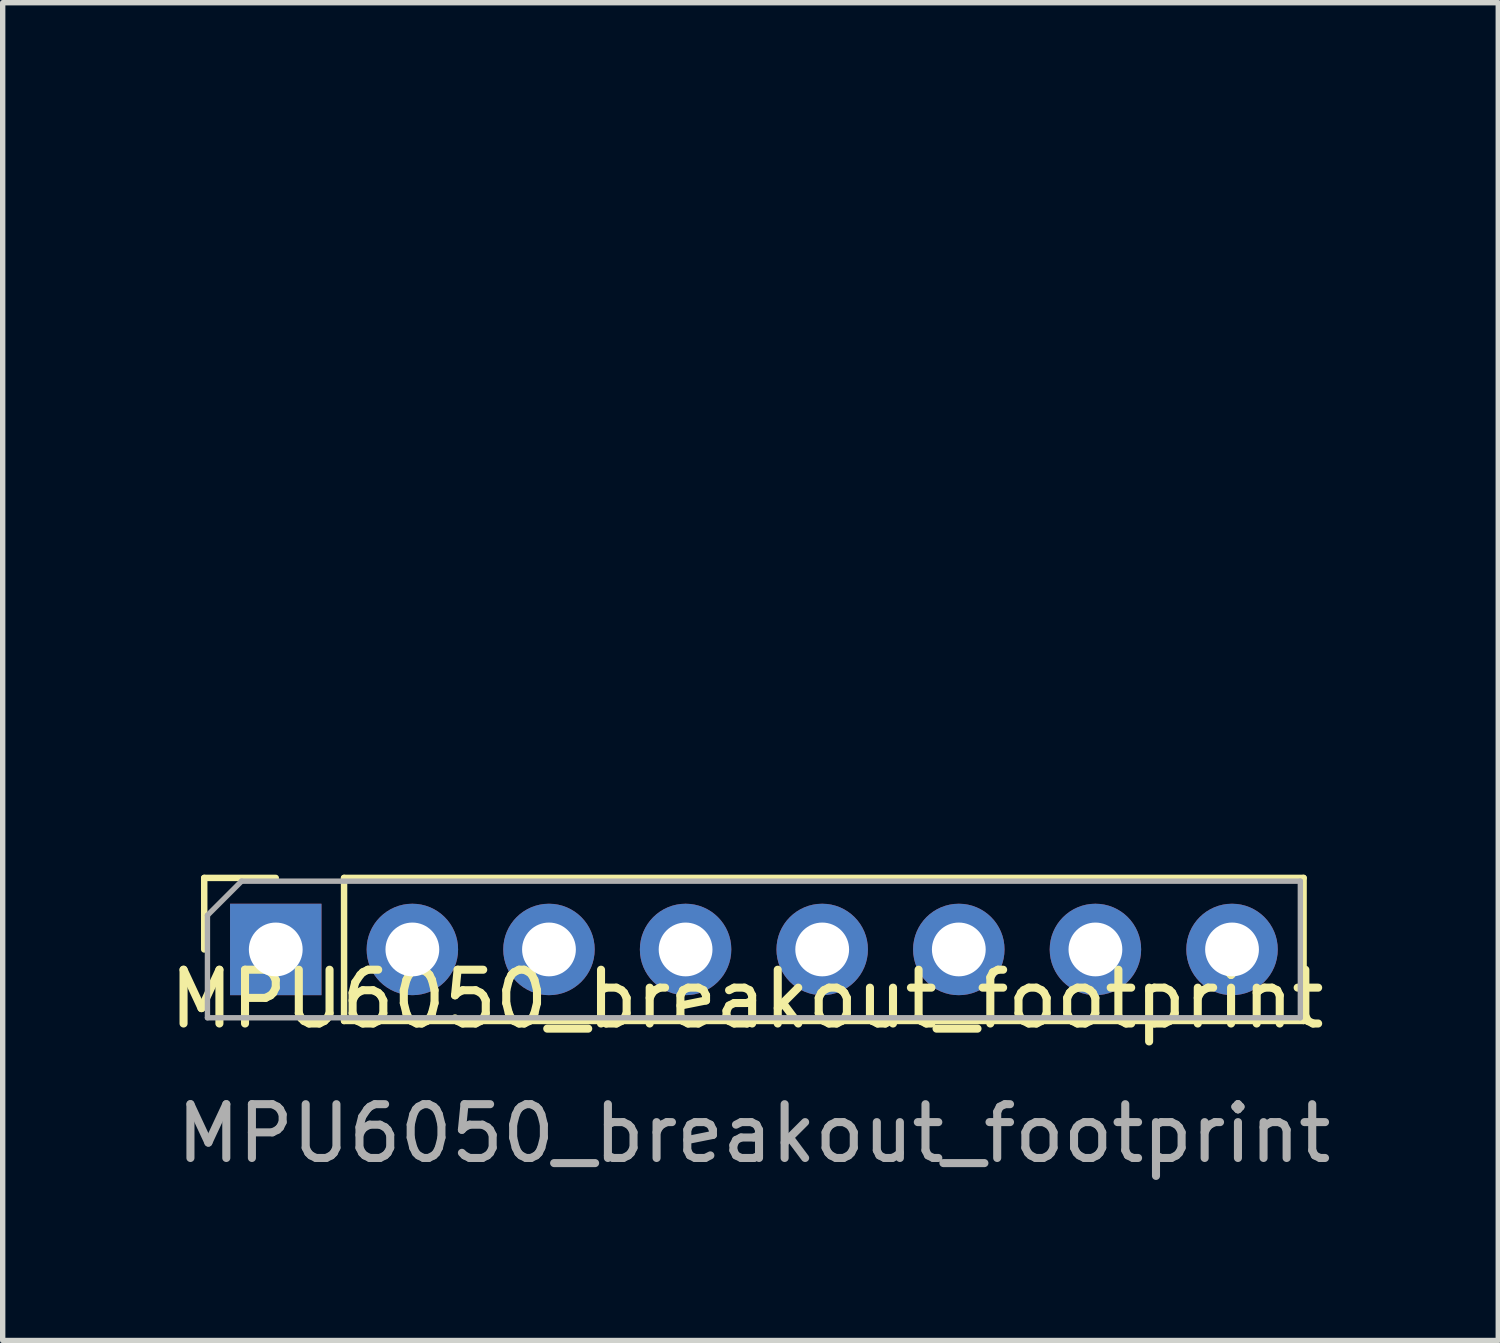
<source format=kicad_pcb>
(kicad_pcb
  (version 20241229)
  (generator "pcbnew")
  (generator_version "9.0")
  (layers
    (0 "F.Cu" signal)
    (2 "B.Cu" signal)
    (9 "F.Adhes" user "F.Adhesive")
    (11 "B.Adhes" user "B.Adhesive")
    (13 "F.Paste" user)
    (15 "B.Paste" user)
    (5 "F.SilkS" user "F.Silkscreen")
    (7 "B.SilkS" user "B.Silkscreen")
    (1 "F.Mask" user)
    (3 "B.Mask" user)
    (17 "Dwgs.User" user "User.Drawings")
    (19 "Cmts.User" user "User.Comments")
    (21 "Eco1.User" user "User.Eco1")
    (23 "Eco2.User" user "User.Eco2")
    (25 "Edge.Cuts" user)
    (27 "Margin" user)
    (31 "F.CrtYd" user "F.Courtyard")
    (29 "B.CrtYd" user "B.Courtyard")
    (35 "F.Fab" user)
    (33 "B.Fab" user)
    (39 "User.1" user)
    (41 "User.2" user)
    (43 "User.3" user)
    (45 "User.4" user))
  (footprint "MPU6050_breakout_footprint"
    (layer "F.Cu")
    (at 10.839 14.525)
    (property "Reference" "MPU6050_breakout_footprint" (at 0 1 0) (layer "F.SilkS") (effects (font (size 1 1) (thickness 0.15))))
    (attr smd)
    (fp_line (start -10.092 -1.252) (end -8.762 -1.252) (stroke (width 0.12) (type solid)) (layer "F.SilkS"))
    (fp_line (start -10.092 0.078) (end -10.092 -1.252) (stroke (width 0.12) (type solid)) (layer "F.SilkS"))
    (fp_line (start -7.492 -1.252) (end 10.348 -1.252) (stroke (width 0.12) (type solid)) (layer "F.SilkS"))
    (fp_line (start -7.492 1.408) (end -7.492 -1.252) (stroke (width 0.12) (type solid)) (layer "F.SilkS"))
    (fp_line (start -7.492 1.408) (end 10.348 1.408) (stroke (width 0.12) (type solid)) (layer "F.SilkS"))
    (fp_line (start 10.348 1.408) (end 10.348 -1.252) (stroke (width 0.12) (type solid)) (layer "F.SilkS"))
    (fp_line (start -10.032 -0.557) (end -9.397 -1.192) (stroke (width 0.1) (type solid)) (layer "F.Fab"))
    (fp_line (start -10.032 1.348) (end -10.032 -0.557) (stroke (width 0.1) (type solid)) (layer "F.Fab"))
    (fp_line (start -9.397 -1.192) (end 10.288 -1.192) (stroke (width 0.1) (type solid)) (layer "F.Fab"))
    (fp_line (start 10.288 -1.192) (end 10.288 1.348) (stroke (width 0.1) (type solid)) (layer "F.Fab"))
    (fp_line (start 10.288 1.348) (end -10.032 1.348) (stroke (width 0.1) (type solid)) (layer "F.Fab"))
    (fp_line (start -10.554 -14.5) (end -10.554 1.248) (stroke (width 0.05) (type solid)) (layer "User.1"))
    (fp_line (start -10.554 1.248) (end 10.554 1.248) (stroke (width 0.05) (type solid)) (layer "User.1"))
    (fp_line (start -10.354 -7.501) (end -10.354 -5.751) (stroke (width 0.05) (type solid)) (layer "User.1"))
    (fp_line (start -10.354 -7.501) (end -10.229 -7.376) (stroke (width 0.05) (type solid)) (layer "User.1"))
    (fp_line (start -10.354 -5.751) (end -10.077 -5.751) (stroke (width 0.05) (type solid)) (layer "User.1"))
    (fp_line (start -10.229 -9.656) (end -10.229 -9.196) (stroke (width 0.05) (type solid)) (layer "User.1"))
    (fp_line (start -10.229 -7.376) (end -10.229 -5.876) (stroke (width 0.05) (type solid)) (layer "User.1"))
    (fp_line (start -10.229 -5.876) (end -10.354 -5.751) (stroke (width 0.05) (type solid)) (layer "User.1"))
    (fp_line (start -10.229 -5.876) (end -7.479 -5.876) (stroke (width 0.05) (type solid)) (layer "User.1"))
    (fp_line (start -10.104 -7.676) (end -10.104 -8.251) (stroke (width 0.05) (type solid)) (layer "User.1"))
    (fp_line (start -10.104 -7.525) (end -10.104 -7.501) (stroke (width 0.05) (type solid)) (layer "User.1"))
    (fp_line (start -10.104 -5.751) (end -10.104 -5.727) (stroke (width 0.05) (type solid)) (layer "User.1"))
    (fp_line (start -10.104 -5.001) (end -10.104 -5.576) (stroke (width 0.05) (type solid)) (layer "User.1"))
    (fp_line (start -10.077 -7.501) (end -10.354 -7.501) (stroke (width 0.05) (type solid)) (layer "User.1"))
    (fp_line (start -10.029 -9.856) (end -9.929 -9.856) (stroke (width 0.05) (type solid)) (layer "User.1"))
    (fp_line (start -10.029 -9.656) (end -10.029 -9.196) (stroke (width 0.05) (type solid)) (layer "User.1"))
    (fp_line (start -10.029 -9.196) (end -9.929 -9.196) (stroke (width 0.05) (type solid)) (layer "User.1"))
    (fp_line (start -10.029 -8.996) (end -9.929 -8.996) (stroke (width 0.05) (type solid)) (layer "User.1"))
    (fp_line (start -9.929 -9.656) (end -10.029 -9.656) (stroke (width 0.05) (type solid)) (layer "User.1"))
    (fp_line (start -9.929 -9.196) (end -9.929 -9.656) (stroke (width 0.05) (type solid)) (layer "User.1"))
    (fp_line (start -9.904 -8.251) (end -9.904 -7.98) (stroke (width 0.05) (type solid)) (layer "User.1"))
    (fp_line (start -9.904 -7.98) (end -9.804 -7.98) (stroke (width 0.05) (type solid)) (layer "User.1"))
    (fp_line (start -9.904 -7.782) (end -9.904 -7.722) (stroke (width 0.05) (type solid)) (layer "User.1"))
    (fp_line (start -9.904 -7.722) (end -9.804 -7.722) (stroke (width 0.05) (type solid)) (layer "User.1"))
    (fp_line (start -9.904 -7.525) (end -9.904 -7.476) (stroke (width 0.05) (type solid)) (layer "User.1"))
    (fp_line (start -9.904 -5.776) (end -9.904 -5.727) (stroke (width 0.05) (type solid)) (layer "User.1"))
    (fp_line (start -9.904 -5.776) (end -9.804 -5.776) (stroke (width 0.05) (type solid)) (layer "User.1"))
    (fp_line (start -9.904 -5.727) (end -9.804 -5.727) (stroke (width 0.05) (type solid)) (layer "User.1"))
    (fp_line (start -9.904 -5.53) (end -9.904 -5.47) (stroke (width 0.05) (type solid)) (layer "User.1"))
    (fp_line (start -9.904 -5.47) (end -9.804 -5.47) (stroke (width 0.05) (type solid)) (layer "User.1"))
    (fp_line (start -9.904 -5.272) (end -9.904 -5.001) (stroke (width 0.05) (type solid)) (layer "User.1"))
    (fp_line (start -9.904 -5.001) (end -9.804 -5.001) (stroke (width 0.05) (type solid)) (layer "User.1"))
    (fp_line (start -9.904 -4.801) (end -9.804 -4.801) (stroke (width 0.05) (type solid)) (layer "User.1"))
    (fp_line (start -9.804 -8.451) (end -9.904 -8.451) (stroke (width 0.05) (type solid)) (layer "User.1"))
    (fp_line (start -9.804 -8.251) (end -9.904 -8.251) (stroke (width 0.05) (type solid)) (layer "User.1"))
    (fp_line (start -9.804 -7.98) (end -9.804 -8.251) (stroke (width 0.05) (type solid)) (layer "User.1"))
    (fp_line (start -9.804 -7.782) (end -9.904 -7.782) (stroke (width 0.05) (type solid)) (layer "User.1"))
    (fp_line (start -9.804 -7.722) (end -9.804 -7.782) (stroke (width 0.05) (type solid)) (layer "User.1"))
    (fp_line (start -9.804 -7.525) (end -9.904 -7.525) (stroke (width 0.05) (type solid)) (layer "User.1"))
    (fp_line (start -9.804 -7.476) (end -9.904 -7.476) (stroke (width 0.05) (type solid)) (layer "User.1"))
    (fp_line (start -9.804 -7.476) (end -9.804 -7.525) (stroke (width 0.05) (type solid)) (layer "User.1"))
    (fp_line (start -9.804 -5.727) (end -9.804 -5.776) (stroke (width 0.05) (type solid)) (layer "User.1"))
    (fp_line (start -9.804 -5.53) (end -9.904 -5.53) (stroke (width 0.05) (type solid)) (layer "User.1"))
    (fp_line (start -9.804 -5.47) (end -9.804 -5.53) (stroke (width 0.05) (type solid)) (layer "User.1"))
    (fp_line (start -9.804 -5.272) (end -9.904 -5.272) (stroke (width 0.05) (type solid)) (layer "User.1"))
    (fp_line (start -9.804 -5.001) (end -9.804 -5.272) (stroke (width 0.05) (type solid)) (layer "User.1"))
    (fp_line (start -9.729 -9.196) (end -9.729 -9.656) (stroke (width 0.05) (type solid)) (layer "User.1"))
    (fp_line (start -9.63 -5.751) (end -9.077 -5.751) (stroke (width 0.05) (type solid)) (layer "User.1"))
    (fp_line (start -9.604 -8.251) (end -9.604 -7.676) (stroke (width 0.05) (type solid)) (layer "User.1"))
    (fp_line (start -9.604 -7.501) (end -9.604 -7.525) (stroke (width 0.05) (type solid)) (layer "User.1"))
    (fp_line (start -9.604 -5.727) (end -9.604 -5.751) (stroke (width 0.05) (type solid)) (layer "User.1"))
    (fp_line (start -9.604 -5.576) (end -9.604 -5.001) (stroke (width 0.05) (type solid)) (layer "User.1"))
    (fp_line (start -9.529 -9.856) (end -9.529 -8.996) (stroke (width 0.05) (type solid)) (layer "User.1"))
    (fp_line (start -9.529 -9.856) (end -9.229 -9.856) (stroke (width 0.05) (type solid)) (layer "User.1"))
    (fp_line (start -9.529 -8.996) (end -9.229 -8.996) (stroke (width 0.05) (type solid)) (layer "User.1"))
    (fp_line (start -9.411 1.375) (end -9.538 1.248) (stroke (width 0.05) (type solid)) (layer "User.1"))
    (fp_line (start -9.229 -9.851) (end -8.479 -9.851) (stroke (width 0.05) (type solid)) (layer "User.1"))
    (fp_line (start -9.229 -9.001) (end -8.479 -9.001) (stroke (width 0.05) (type solid)) (layer "User.1"))
    (fp_line (start -9.104 -5.751) (end -9.104 -5.727) (stroke (width 0.05) (type solid)) (layer "User.1"))
    (fp_line (start -9.104 -5.001) (end -9.104 -5.576) (stroke (width 0.05) (type solid)) (layer "User.1"))
    (fp_line (start -9.093 -0.212) (end -8.458 -0.212) (stroke (width 0.05) (type solid)) (layer "User.1"))
    (fp_line (start -9.093 0.422) (end -9.093 -0.212) (stroke (width 0.05) (type solid)) (layer "User.1"))
    (fp_line (start -9.093 0.422) (end -8.903 0.232) (stroke (width 0.05) (type solid)) (layer "User.1"))
    (fp_line (start -8.904 -5.776) (end -8.904 -5.727) (stroke (width 0.05) (type solid)) (layer "User.1"))
    (fp_line (start -8.904 -5.727) (end -8.804 -5.727) (stroke (width 0.05) (type solid)) (layer "User.1"))
    (fp_line (start -8.904 -5.53) (end -8.904 -5.47) (stroke (width 0.05) (type solid)) (layer "User.1"))
    (fp_line (start -8.904 -5.47) (end -8.804 -5.47) (stroke (width 0.05) (type solid)) (layer "User.1"))
    (fp_line (start -8.904 -5.272) (end -8.904 -5.001) (stroke (width 0.05) (type solid)) (layer "User.1"))
    (fp_line (start -8.904 -5.001) (end -8.804 -5.001) (stroke (width 0.05) (type solid)) (layer "User.1"))
    (fp_line (start -8.904 -4.801) (end -8.804 -4.801) (stroke (width 0.05) (type solid)) (layer "User.1"))
    (fp_line (start -8.903 -0.022) (end -9.093 -0.212) (stroke (width 0.05) (type solid)) (layer "User.1"))
    (fp_line (start -8.903 -0.022) (end -8.903 0.232) (stroke (width 0.05) (type solid)) (layer "User.1"))
    (fp_line (start -8.903 0.232) (end -8.649 0.232) (stroke (width 0.05) (type solid)) (layer "User.1"))
    (fp_line (start -8.804 -5.776) (end -8.904 -5.776) (stroke (width 0.05) (type solid)) (layer "User.1"))
    (fp_line (start -8.804 -5.727) (end -8.804 -5.776) (stroke (width 0.05) (type solid)) (layer "User.1"))
    (fp_line (start -8.804 -5.53) (end -8.904 -5.53) (stroke (width 0.05) (type solid)) (layer "User.1"))
    (fp_line (start -8.804 -5.47) (end -8.804 -5.53) (stroke (width 0.05) (type solid)) (layer "User.1"))
    (fp_line (start -8.804 -5.272) (end -8.904 -5.272) (stroke (width 0.05) (type solid)) (layer "User.1"))
    (fp_line (start -8.804 -5.001) (end -8.804 -5.272) (stroke (width 0.05) (type solid)) (layer "User.1"))
    (fp_line (start -8.649 -0.022) (end -8.903 -0.022) (stroke (width 0.05) (type solid)) (layer "User.1"))
    (fp_line (start -8.649 -0.022) (end -8.458 -0.212) (stroke (width 0.05) (type solid)) (layer "User.1"))
    (fp_line (start -8.649 0.232) (end -8.649 -0.022) (stroke (width 0.05) (type solid)) (layer "User.1"))
    (fp_line (start -8.63 -5.751) (end -8.077 -5.751) (stroke (width 0.05) (type solid)) (layer "User.1"))
    (fp_line (start -8.604 -5.727) (end -8.604 -5.751) (stroke (width 0.05) (type solid)) (layer "User.1"))
    (fp_line (start -8.604 -5.576) (end -8.604 -5.001) (stroke (width 0.05) (type solid)) (layer "User.1"))
    (fp_line (start -8.458 -0.212) (end -8.458 0.422) (stroke (width 0.05) (type solid)) (layer "User.1"))
    (fp_line (start -8.458 0.422) (end -9.093 0.422) (stroke (width 0.05) (type solid)) (layer "User.1"))
    (fp_line (start -8.458 0.422) (end -8.649 0.232) (stroke (width 0.05) (type solid)) (layer "User.1"))
    (fp_line (start -8.179 -9.856) (end -8.479 -9.856) (stroke (width 0.05) (type solid)) (layer "User.1"))
    (fp_line (start -8.179 -8.996) (end -8.479 -8.996) (stroke (width 0.05) (type solid)) (layer "User.1"))
    (fp_line (start -8.179 -8.996) (end -8.179 -9.856) (stroke (width 0.05) (type solid)) (layer "User.1"))
    (fp_line (start -8.141 1.375) (end -9.411 1.375) (stroke (width 0.05) (type solid)) (layer "User.1"))
    (fp_line (start -8.104 -7.676) (end -8.104 -8.251) (stroke (width 0.05) (type solid)) (layer "User.1"))
    (fp_line (start -8.104 -7.525) (end -8.104 -7.501) (stroke (width 0.05) (type solid)) (layer "User.1"))
    (fp_line (start -8.104 -5.751) (end -8.104 -5.727) (stroke (width 0.05) (type solid)) (layer "User.1"))
    (fp_line (start -8.104 -5.001) (end -8.104 -5.576) (stroke (width 0.05) (type solid)) (layer "User.1"))
    (fp_line (start -8.077 -7.501) (end -9.63 -7.501) (stroke (width 0.05) (type solid)) (layer "User.1"))
    (fp_line (start -8.014 1.248) (end -8.141 1.375) (stroke (width 0.05) (type solid)) (layer "User.1"))
    (fp_line (start -7.979 -9.656) (end -7.979 -9.196) (stroke (width 0.05) (type solid)) (layer "User.1"))
    (fp_line (start -7.904 -8.251) (end -7.904 -7.98) (stroke (width 0.05) (type solid)) (layer "User.1"))
    (fp_line (start -7.904 -7.98) (end -7.804 -7.98) (stroke (width 0.05) (type solid)) (layer "User.1"))
    (fp_line (start -7.904 -7.782) (end -7.904 -7.722) (stroke (width 0.05) (type solid)) (layer "User.1"))
    (fp_line (start -7.904 -7.722) (end -7.804 -7.722) (stroke (width 0.05) (type solid)) (layer "User.1"))
    (fp_line (start -7.904 -7.525) (end -7.904 -7.476) (stroke (width 0.05) (type solid)) (layer "User.1"))
    (fp_line (start -7.904 -7.476) (end -7.804 -7.476) (stroke (width 0.05) (type solid)) (layer "User.1"))
    (fp_line (start -7.904 -5.776) (end -7.904 -5.727) (stroke (width 0.05) (type solid)) (layer "User.1"))
    (fp_line (start -7.904 -5.776) (end -7.804 -5.776) (stroke (width 0.05) (type solid)) (layer "User.1"))
    (fp_line (start -7.904 -5.727) (end -7.804 -5.727) (stroke (width 0.05) (type solid)) (layer "User.1"))
    (fp_line (start -7.904 -5.53) (end -7.904 -5.47) (stroke (width 0.05) (type solid)) (layer "User.1"))
    (fp_line (start -7.904 -5.47) (end -7.804 -5.47) (stroke (width 0.05) (type solid)) (layer "User.1"))
    (fp_line (start -7.904 -5.272) (end -7.904 -5.001) (stroke (width 0.05) (type solid)) (layer "User.1"))
    (fp_line (start -7.904 -5.001) (end -7.804 -5.001) (stroke (width 0.05) (type solid)) (layer "User.1"))
    (fp_line (start -7.904 -4.801) (end -7.804 -4.801) (stroke (width 0.05) (type solid)) (layer "User.1"))
    (fp_line (start -7.804 -8.451) (end -7.904 -8.451) (stroke (width 0.05) (type solid)) (layer "User.1"))
    (fp_line (start -7.804 -8.251) (end -7.904 -8.251) (stroke (width 0.05) (type solid)) (layer "User.1"))
    (fp_line (start -7.804 -7.98) (end -7.804 -8.251) (stroke (width 0.05) (type solid)) (layer "User.1"))
    (fp_line (start -7.804 -7.782) (end -7.904 -7.782) (stroke (width 0.05) (type solid)) (layer "User.1"))
    (fp_line (start -7.804 -7.722) (end -7.804 -7.782) (stroke (width 0.05) (type solid)) (layer "User.1"))
    (fp_line (start -7.804 -7.525) (end -7.904 -7.525) (stroke (width 0.05) (type solid)) (layer "User.1"))
    (fp_line (start -7.804 -7.476) (end -7.804 -7.525) (stroke (width 0.05) (type solid)) (layer "User.1"))
    (fp_line (start -7.804 -5.727) (end -7.804 -5.776) (stroke (width 0.05) (type solid)) (layer "User.1"))
    (fp_line (start -7.804 -5.53) (end -7.904 -5.53) (stroke (width 0.05) (type solid)) (layer "User.1"))
    (fp_line (start -7.804 -5.47) (end -7.804 -5.53) (stroke (width 0.05) (type solid)) (layer "User.1"))
    (fp_line (start -7.804 -5.272) (end -7.904 -5.272) (stroke (width 0.05) (type solid)) (layer "User.1"))
    (fp_line (start -7.804 -5.001) (end -7.804 -5.272) (stroke (width 0.05) (type solid)) (layer "User.1"))
    (fp_line (start -7.779 -9.656) (end -7.779 -9.196) (stroke (width 0.05) (type solid)) (layer "User.1"))
    (fp_line (start -7.779 -9.196) (end -7.679 -9.196) (stroke (width 0.05) (type solid)) (layer "User.1"))
    (fp_line (start -7.679 -9.856) (end -7.779 -9.856) (stroke (width 0.05) (type solid)) (layer "User.1"))
    (fp_line (start -7.679 -9.656) (end -7.779 -9.656) (stroke (width 0.05) (type solid)) (layer "User.1"))
    (fp_line (start -7.679 -9.196) (end -7.679 -9.656) (stroke (width 0.05) (type solid)) (layer "User.1"))
    (fp_line (start -7.679 -8.996) (end -7.779 -8.996) (stroke (width 0.05) (type solid)) (layer "User.1"))
    (fp_line (start -7.63 -5.751) (end -7.354 -5.751) (stroke (width 0.05) (type solid)) (layer "User.1"))
    (fp_line (start -7.604 -8.251) (end -7.604 -7.676) (stroke (width 0.05) (type solid)) (layer "User.1"))
    (fp_line (start -7.604 -7.501) (end -7.604 -7.525) (stroke (width 0.05) (type solid)) (layer "User.1"))
    (fp_line (start -7.604 -5.727) (end -7.604 -5.751) (stroke (width 0.05) (type solid)) (layer "User.1"))
    (fp_line (start -7.604 -5.576) (end -7.604 -5.001) (stroke (width 0.05) (type solid)) (layer "User.1"))
    (fp_line (start -7.479 -9.656) (end -7.479 -9.196) (stroke (width 0.05) (type solid)) (layer "User.1"))
    (fp_line (start -7.479 -7.376) (end -10.229 -7.376) (stroke (width 0.05) (type solid)) (layer "User.1"))
    (fp_line (start -7.479 -7.376) (end -7.354 -7.501) (stroke (width 0.05) (type solid)) (layer "User.1"))
    (fp_line (start -7.479 -5.876) (end -7.479 -7.376) (stroke (width 0.05) (type solid)) (layer "User.1"))
    (fp_line (start -7.354 -7.501) (end -7.63 -7.501) (stroke (width 0.05) (type solid)) (layer "User.1"))
    (fp_line (start -7.354 -5.751) (end -7.479 -5.876) (stroke (width 0.05) (type solid)) (layer "User.1"))
    (fp_line (start -7.354 -5.751) (end -7.354 -7.501) (stroke (width 0.05) (type solid)) (layer "User.1"))
    (fp_line (start -7.159 -6.926) (end -7.159 -6.826) (stroke (width 0.05) (type solid)) (layer "User.1"))
    (fp_line (start -7.159 -6.426) (end -7.159 -6.126) (stroke (width 0.05) (type solid)) (layer "User.1"))
    (fp_line (start -7.159 -5.076) (end -7.159 -5.376) (stroke (width 0.05) (type solid)) (layer "User.1"))
    (fp_line (start -7.159 -5.076) (end -6.299 -5.076) (stroke (width 0.05) (type solid)) (layer "User.1"))
    (fp_line (start -7.159 -4.576) (end -7.159 -4.676) (stroke (width 0.05) (type solid)) (layer "User.1"))
    (fp_line (start -7.154 -5.376) (end -7.154 -6.126) (stroke (width 0.05) (type solid)) (layer "User.1"))
    (fp_line (start -6.959 -7.126) (end -6.499 -7.126) (stroke (width 0.05) (type solid)) (layer "User.1"))
    (fp_line (start -6.959 -6.926) (end -6.959 -6.826) (stroke (width 0.05) (type solid)) (layer "User.1"))
    (fp_line (start -6.959 -6.826) (end -6.499 -6.826) (stroke (width 0.05) (type solid)) (layer "User.1"))
    (fp_line (start -6.959 -6.626) (end -6.499 -6.626) (stroke (width 0.05) (type solid)) (layer "User.1"))
    (fp_line (start -6.959 -4.676) (end -6.959 -4.576) (stroke (width 0.05) (type solid)) (layer "User.1"))
    (fp_line (start -6.959 -4.576) (end -6.499 -4.576) (stroke (width 0.05) (type solid)) (layer "User.1"))
    (fp_line (start -6.959 -4.376) (end -6.499 -4.376) (stroke (width 0.05) (type solid)) (layer "User.1"))
    (fp_line (start -6.871 1.375) (end -6.998 1.248) (stroke (width 0.05) (type solid)) (layer "User.1"))
    (fp_line (start -6.553 -0.212) (end -5.918 -0.212) (stroke (width 0.05) (type solid)) (layer "User.1"))
    (fp_line (start -6.553 0.422) (end -6.553 -0.212) (stroke (width 0.05) (type solid)) (layer "User.1"))
    (fp_line (start -6.553 0.422) (end -6.363 0.232) (stroke (width 0.05) (type solid)) (layer "User.1"))
    (fp_line (start -6.499 -6.926) (end -6.959 -6.926) (stroke (width 0.05) (type solid)) (layer "User.1"))
    (fp_line (start -6.499 -6.826) (end -6.499 -6.926) (stroke (width 0.05) (type solid)) (layer "User.1"))
    (fp_line (start -6.499 -4.876) (end -6.959 -4.876) (stroke (width 0.05) (type solid)) (layer "User.1"))
    (fp_line (start -6.499 -4.676) (end -6.959 -4.676) (stroke (width 0.05) (type solid)) (layer "User.1"))
    (fp_line (start -6.499 -4.576) (end -6.499 -4.676) (stroke (width 0.05) (type solid)) (layer "User.1"))
    (fp_line (start -6.363 -0.022) (end -6.553 -0.212) (stroke (width 0.05) (type solid)) (layer "User.1"))
    (fp_line (start -6.363 -0.022) (end -6.363 0.232) (stroke (width 0.05) (type solid)) (layer "User.1"))
    (fp_line (start -6.363 0.232) (end -6.109 0.232) (stroke (width 0.05) (type solid)) (layer "User.1"))
    (fp_line (start -6.304 -5.376) (end -6.304 -6.126) (stroke (width 0.05) (type solid)) (layer "User.1"))
    (fp_line (start -6.299 -6.926) (end -6.299 -6.826) (stroke (width 0.05) (type solid)) (layer "User.1"))
    (fp_line (start -6.299 -6.426) (end -7.159 -6.426) (stroke (width 0.05) (type solid)) (layer "User.1"))
    (fp_line (start -6.299 -6.426) (end -6.299 -6.126) (stroke (width 0.05) (type solid)) (layer "User.1"))
    (fp_line (start -6.299 -5.076) (end -6.299 -5.376) (stroke (width 0.05) (type solid)) (layer "User.1"))
    (fp_line (start -6.299 -4.576) (end -6.299 -4.676) (stroke (width 0.05) (type solid)) (layer "User.1"))
    (fp_line (start -6.109 -0.022) (end -6.363 -0.022) (stroke (width 0.05) (type solid)) (layer "User.1"))
    (fp_line (start -6.109 -0.022) (end -5.918 -0.212) (stroke (width 0.05) (type solid)) (layer "User.1"))
    (fp_line (start -6.109 0.232) (end -6.109 -0.022) (stroke (width 0.05) (type solid)) (layer "User.1"))
    (fp_line (start -5.918 -0.212) (end -5.918 0.422) (stroke (width 0.05) (type solid)) (layer "User.1"))
    (fp_line (start -5.918 0.422) (end -6.553 0.422) (stroke (width 0.05) (type solid)) (layer "User.1"))
    (fp_line (start -5.918 0.422) (end -6.109 0.232) (stroke (width 0.05) (type solid)) (layer "User.1"))
    (fp_line (start -5.809 -10.55) (end -5.809 -10.45) (stroke (width 0.05) (type solid)) (layer "User.1"))
    (fp_line (start -5.809 -10.05) (end -5.809 -9.75) (stroke (width 0.05) (type solid)) (layer "User.1"))
    (fp_line (start -5.809 -8.7) (end -5.809 -9) (stroke (width 0.05) (type solid)) (layer "User.1"))
    (fp_line (start -5.809 -8.7) (end -4.949 -8.7) (stroke (width 0.05) (type solid)) (layer "User.1"))
    (fp_line (start -5.809 -8.2) (end -5.809 -8.3) (stroke (width 0.05) (type solid)) (layer "User.1"))
    (fp_line (start -5.809 -6.726) (end -5.809 -6.876) (stroke (width 0.05) (type solid)) (layer "User.1"))
    (fp_line (start -5.809 -6.526) (end -5.809 -6.126) (stroke (width 0.05) (type solid)) (layer "User.1"))
    (fp_line (start -5.809 -4.976) (end -5.809 -5.376) (stroke (width 0.05) (type solid)) (layer "User.1"))
    (fp_line (start -5.809 -4.976) (end -4.949 -4.976) (stroke (width 0.05) (type solid)) (layer "User.1"))
    (fp_line (start -5.809 -4.626) (end -5.809 -4.776) (stroke (width 0.05) (type solid)) (layer "User.1"))
    (fp_line (start -5.806 -6.126) (end -4.951 -6.126) (stroke (width 0.05) (type solid)) (layer "User.1"))
    (fp_line (start -5.804 -9) (end -5.804 -9.75) (stroke (width 0.05) (type solid)) (layer "User.1"))
    (fp_line (start -5.804 -6.126) (end -5.804 -5.376) (stroke (width 0.05) (type solid)) (layer "User.1"))
    (fp_line (start -5.709 -6.976) (end -5.049 -6.976) (stroke (width 0.05) (type solid)) (layer "User.1"))
    (fp_line (start -5.709 -6.876) (end -5.709 -6.726) (stroke (width 0.05) (type solid)) (layer "User.1"))
    (fp_line (start -5.709 -6.726) (end -5.049 -6.726) (stroke (width 0.05) (type solid)) (layer "User.1"))
    (fp_line (start -5.709 -6.626) (end -5.049 -6.626) (stroke (width 0.05) (type solid)) (layer "User.1"))
    (fp_line (start -5.709 -4.776) (end -5.709 -4.626) (stroke (width 0.05) (type solid)) (layer "User.1"))
    (fp_line (start -5.709 -4.626) (end -5.049 -4.626) (stroke (width 0.05) (type solid)) (layer "User.1"))
    (fp_line (start -5.609 -10.75) (end -5.149 -10.75) (stroke (width 0.05) (type solid)) (layer "User.1"))
    (fp_line (start -5.609 -10.55) (end -5.609 -10.45) (stroke (width 0.05) (type solid)) (layer "User.1"))
    (fp_line (start -5.609 -10.45) (end -5.149 -10.45) (stroke (width 0.05) (type solid)) (layer "User.1"))
    (fp_line (start -5.609 -10.25) (end -5.149 -10.25) (stroke (width 0.05) (type solid)) (layer "User.1"))
    (fp_line (start -5.609 -8.3) (end -5.609 -8.2) (stroke (width 0.05) (type solid)) (layer "User.1"))
    (fp_line (start -5.609 -8.2) (end -5.149 -8.2) (stroke (width 0.05) (type solid)) (layer "User.1"))
    (fp_line (start -5.609 -8) (end -5.149 -8) (stroke (width 0.05) (type solid)) (layer "User.1"))
    (fp_line (start -5.601 1.375) (end -6.871 1.375) (stroke (width 0.05) (type solid)) (layer "User.1"))
    (fp_line (start -5.474 1.248) (end -5.601 1.375) (stroke (width 0.05) (type solid)) (layer "User.1"))
    (fp_line (start -5.149 -10.55) (end -5.609 -10.55) (stroke (width 0.05) (type solid)) (layer "User.1"))
    (fp_line (start -5.149 -10.45) (end -5.149 -10.55) (stroke (width 0.05) (type solid)) (layer "User.1"))
    (fp_line (start -5.149 -8.5) (end -5.609 -8.5) (stroke (width 0.05) (type solid)) (layer "User.1"))
    (fp_line (start -5.149 -8.3) (end -5.609 -8.3) (stroke (width 0.05) (type solid)) (layer "User.1"))
    (fp_line (start -5.149 -8.2) (end -5.149 -8.3) (stroke (width 0.05) (type solid)) (layer "User.1"))
    (fp_line (start -5.049 -6.876) (end -5.709 -6.876) (stroke (width 0.05) (type solid)) (layer "User.1"))
    (fp_line (start -5.049 -6.726) (end -5.049 -6.876) (stroke (width 0.05) (type solid)) (layer "User.1"))
    (fp_line (start -5.049 -4.876) (end -5.709 -4.876) (stroke (width 0.05) (type solid)) (layer "User.1"))
    (fp_line (start -5.049 -4.776) (end -5.709 -4.776) (stroke (width 0.05) (type solid)) (layer "User.1"))
    (fp_line (start -5.049 -4.626) (end -5.049 -4.776) (stroke (width 0.05) (type solid)) (layer "User.1"))
    (fp_line (start -5.049 -4.526) (end -5.709 -4.526) (stroke (width 0.05) (type solid)) (layer "User.1"))
    (fp_line (start -4.954 -9) (end -4.954 -9.75) (stroke (width 0.05) (type solid)) (layer "User.1"))
    (fp_line (start -4.954 -6.126) (end -4.954 -5.376) (stroke (width 0.05) (type solid)) (layer "User.1"))
    (fp_line (start -4.949 -10.55) (end -4.949 -10.45) (stroke (width 0.05) (type solid)) (layer "User.1"))
    (fp_line (start -4.949 -10.05) (end -5.809 -10.05) (stroke (width 0.05) (type solid)) (layer "User.1"))
    (fp_line (start -4.949 -10.05) (end -4.949 -9.75) (stroke (width 0.05) (type solid)) (layer "User.1"))
    (fp_line (start -4.949 -8.7) (end -4.949 -9) (stroke (width 0.05) (type solid)) (layer "User.1"))
    (fp_line (start -4.949 -8.2) (end -4.949 -8.3) (stroke (width 0.05) (type solid)) (layer "User.1"))
    (fp_line (start -4.949 -6.876) (end -4.949 -6.726) (stroke (width 0.05) (type solid)) (layer "User.1"))
    (fp_line (start -4.949 -6.526) (end -5.809 -6.526) (stroke (width 0.05) (type solid)) (layer "User.1"))
    (fp_line (start -4.949 -6.526) (end -4.949 -6.126) (stroke (width 0.05) (type solid)) (layer "User.1"))
    (fp_line (start -4.949 -4.976) (end -4.949 -5.376) (stroke (width 0.05) (type solid)) (layer "User.1"))
    (fp_line (start -4.949 -4.776) (end -4.949 -4.626) (stroke (width 0.05) (type solid)) (layer "User.1"))
    (fp_line (start -4.331 1.375) (end -4.458 1.248) (stroke (width 0.05) (type solid)) (layer "User.1"))
    (fp_line (start -4.309 -10.55) (end -4.309 -10.45) (stroke (width 0.05) (type solid)) (layer "User.1"))
    (fp_line (start -4.309 -10.05) (end -4.309 -9.75) (stroke (width 0.05) (type solid)) (layer "User.1"))
    (fp_line (start -4.309 -8.7) (end -4.309 -9) (stroke (width 0.05) (type solid)) (layer "User.1"))
    (fp_line (start -4.309 -8.7) (end -3.449 -8.7) (stroke (width 0.05) (type solid)) (layer "User.1"))
    (fp_line (start -4.309 -8.2) (end -4.309 -8.3) (stroke (width 0.05) (type solid)) (layer "User.1"))
    (fp_line (start -4.309 -6.726) (end -4.309 -6.876) (stroke (width 0.05) (type solid)) (layer "User.1"))
    (fp_line (start -4.309 -6.526) (end -4.309 -6.126) (stroke (width 0.05) (type solid)) (layer "User.1"))
    (fp_line (start -4.309 -4.976) (end -4.309 -5.376) (stroke (width 0.05) (type solid)) (layer "User.1"))
    (fp_line (start -4.309 -4.976) (end -3.449 -4.976) (stroke (width 0.05) (type solid)) (layer "User.1"))
    (fp_line (start -4.309 -4.626) (end -4.309 -4.776) (stroke (width 0.05) (type solid)) (layer "User.1"))
    (fp_line (start -4.306 -6.126) (end -3.451 -6.126) (stroke (width 0.05) (type solid)) (layer "User.1"))
    (fp_line (start -4.304 -9) (end -4.304 -9.75) (stroke (width 0.05) (type solid)) (layer "User.1"))
    (fp_line (start -4.304 -6.126) (end -4.304 -5.376) (stroke (width 0.05) (type solid)) (layer "User.1"))
    (fp_line (start -4.209 -6.976) (end -3.549 -6.976) (stroke (width 0.05) (type solid)) (layer "User.1"))
    (fp_line (start -4.209 -6.876) (end -4.209 -6.726) (stroke (width 0.05) (type solid)) (layer "User.1"))
    (fp_line (start -4.209 -6.726) (end -3.549 -6.726) (stroke (width 0.05) (type solid)) (layer "User.1"))
    (fp_line (start -4.209 -6.626) (end -3.549 -6.626) (stroke (width 0.05) (type solid)) (layer "User.1"))
    (fp_line (start -4.209 -4.776) (end -4.209 -4.626) (stroke (width 0.05) (type solid)) (layer "User.1"))
    (fp_line (start -4.209 -4.626) (end -3.549 -4.626) (stroke (width 0.05) (type solid)) (layer "User.1"))
    (fp_line (start -4.109 -10.75) (end -3.649 -10.75) (stroke (width 0.05) (type solid)) (layer "User.1"))
    (fp_line (start -4.109 -10.55) (end -4.109 -10.45) (stroke (width 0.05) (type solid)) (layer "User.1"))
    (fp_line (start -4.109 -10.45) (end -3.649 -10.45) (stroke (width 0.05) (type solid)) (layer "User.1"))
    (fp_line (start -4.109 -10.25) (end -3.649 -10.25) (stroke (width 0.05) (type solid)) (layer "User.1"))
    (fp_line (start -4.109 -8.3) (end -4.109 -8.2) (stroke (width 0.05) (type solid)) (layer "User.1"))
    (fp_line (start -4.109 -8.2) (end -3.649 -8.2) (stroke (width 0.05) (type solid)) (layer "User.1"))
    (fp_line (start -4.109 -8) (end -3.649 -8) (stroke (width 0.05) (type solid)) (layer "User.1"))
    (fp_line (start -4.013 -0.212) (end -3.378 -0.212) (stroke (width 0.05) (type solid)) (layer "User.1"))
    (fp_line (start -4.013 0.422) (end -4.013 -0.212) (stroke (width 0.05) (type solid)) (layer "User.1"))
    (fp_line (start -4.013 0.422) (end -3.823 0.232) (stroke (width 0.05) (type solid)) (layer "User.1"))
    (fp_line (start -3.823 -0.022) (end -4.013 -0.212) (stroke (width 0.05) (type solid)) (layer "User.1"))
    (fp_line (start -3.823 -0.022) (end -3.823 0.232) (stroke (width 0.05) (type solid)) (layer "User.1"))
    (fp_line (start -3.823 0.232) (end -3.569 0.232) (stroke (width 0.05) (type solid)) (layer "User.1"))
    (fp_line (start -3.649 -10.55) (end -4.109 -10.55) (stroke (width 0.05) (type solid)) (layer "User.1"))
    (fp_line (start -3.649 -10.45) (end -3.649 -10.55) (stroke (width 0.05) (type solid)) (layer "User.1"))
    (fp_line (start -3.649 -8.5) (end -4.109 -8.5) (stroke (width 0.05) (type solid)) (layer "User.1"))
    (fp_line (start -3.649 -8.3) (end -4.109 -8.3) (stroke (width 0.05) (type solid)) (layer "User.1"))
    (fp_line (start -3.649 -8.2) (end -3.649 -8.3) (stroke (width 0.05) (type solid)) (layer "User.1"))
    (fp_line (start -3.569 -0.022) (end -3.823 -0.022) (stroke (width 0.05) (type solid)) (layer "User.1"))
    (fp_line (start -3.569 -0.022) (end -3.378 -0.212) (stroke (width 0.05) (type solid)) (layer "User.1"))
    (fp_line (start -3.569 0.232) (end -3.569 -0.022) (stroke (width 0.05) (type solid)) (layer "User.1"))
    (fp_line (start -3.549 -6.876) (end -4.209 -6.876) (stroke (width 0.05) (type solid)) (layer "User.1"))
    (fp_line (start -3.549 -6.726) (end -3.549 -6.876) (stroke (width 0.05) (type solid)) (layer "User.1"))
    (fp_line (start -3.549 -4.876) (end -4.209 -4.876) (stroke (width 0.05) (type solid)) (layer "User.1"))
    (fp_line (start -3.549 -4.776) (end -4.209 -4.776) (stroke (width 0.05) (type solid)) (layer "User.1"))
    (fp_line (start -3.549 -4.626) (end -3.549 -4.776) (stroke (width 0.05) (type solid)) (layer "User.1"))
    (fp_line (start -3.549 -4.526) (end -4.209 -4.526) (stroke (width 0.05) (type solid)) (layer "User.1"))
    (fp_line (start -3.454 -9) (end -3.454 -9.75) (stroke (width 0.05) (type solid)) (layer "User.1"))
    (fp_line (start -3.454 -6.126) (end -3.454 -5.376) (stroke (width 0.05) (type solid)) (layer "User.1"))
    (fp_line (start -3.449 -10.55) (end -3.449 -10.45) (stroke (width 0.05) (type solid)) (layer "User.1"))
    (fp_line (start -3.449 -10.05) (end -4.309 -10.05) (stroke (width 0.05) (type solid)) (layer "User.1"))
    (fp_line (start -3.449 -10.05) (end -3.449 -9.75) (stroke (width 0.05) (type solid)) (layer "User.1"))
    (fp_line (start -3.449 -8.7) (end -3.449 -9) (stroke (width 0.05) (type solid)) (layer "User.1"))
    (fp_line (start -3.449 -8.2) (end -3.449 -8.3) (stroke (width 0.05) (type solid)) (layer "User.1"))
    (fp_line (start -3.449 -6.876) (end -3.449 -6.726) (stroke (width 0.05) (type solid)) (layer "User.1"))
    (fp_line (start -3.449 -6.526) (end -4.309 -6.526) (stroke (width 0.05) (type solid)) (layer "User.1"))
    (fp_line (start -3.449 -6.526) (end -3.449 -6.126) (stroke (width 0.05) (type solid)) (layer "User.1"))
    (fp_line (start -3.449 -4.976) (end -3.449 -5.376) (stroke (width 0.05) (type solid)) (layer "User.1"))
    (fp_line (start -3.449 -4.776) (end -3.449 -4.626) (stroke (width 0.05) (type solid)) (layer "User.1"))
    (fp_line (start -3.378 -0.212) (end -3.378 0.422) (stroke (width 0.05) (type solid)) (layer "User.1"))
    (fp_line (start -3.378 0.422) (end -4.013 0.422) (stroke (width 0.05) (type solid)) (layer "User.1"))
    (fp_line (start -3.378 0.422) (end -3.569 0.232) (stroke (width 0.05) (type solid)) (layer "User.1"))
    (fp_line (start -3.061 1.375) (end -4.331 1.375) (stroke (width 0.05) (type solid)) (layer "User.1"))
    (fp_line (start -2.934 1.248) (end -3.061 1.375) (stroke (width 0.05) (type solid)) (layer "User.1"))
    (fp_line (start -2.7 -8.775) (end -2.7 -8.725) (stroke (width 0.05) (type solid)) (layer "User.1"))
    (fp_line (start -2.7 -8.275) (end -2.7 -8.225) (stroke (width 0.05) (type solid)) (layer "User.1"))
    (fp_line (start -2.7 -7.775) (end -2.7 -7.725) (stroke (width 0.05) (type solid)) (layer "User.1"))
    (fp_line (start -2.7 -7.225) (end -2.7 -7.275) (stroke (width 0.05) (type solid)) (layer "User.1"))
    (fp_line (start -2.7 -6.725) (end -2.7 -6.775) (stroke (width 0.05) (type solid)) (layer "User.1"))
    (fp_line (start -2.7 -6.225) (end -2.7 -6.275) (stroke (width 0.05) (type solid)) (layer "User.1"))
    (fp_line (start -2.5 -8.875) (end -2 -8.875) (stroke (width 0.05) (type solid)) (layer "User.1"))
    (fp_line (start -2.5 -8.775) (end -2.5 -8.725) (stroke (width 0.05) (type solid)) (layer "User.1"))
    (fp_line (start -2.5 -8.725) (end -2 -8.725) (stroke (width 0.05) (type solid)) (layer "User.1"))
    (fp_line (start -2.5 -8.375) (end -2 -8.375) (stroke (width 0.05) (type solid)) (layer "User.1"))
    (fp_line (start -2.5 -8.275) (end -2.5 -8.225) (stroke (width 0.05) (type solid)) (layer "User.1"))
    (fp_line (start -2.5 -8.225) (end -2 -8.225) (stroke (width 0.05) (type solid)) (layer "User.1"))
    (fp_line (start -2.5 -7.875) (end -2 -7.875) (stroke (width 0.05) (type solid)) (layer "User.1"))
    (fp_line (start -2.5 -7.775) (end -2.5 -7.725) (stroke (width 0.05) (type solid)) (layer "User.1"))
    (fp_line (start -2.5 -7.725) (end -2 -7.725) (stroke (width 0.05) (type solid)) (layer "User.1"))
    (fp_line (start -2.5 -7.375) (end -2 -7.375) (stroke (width 0.05) (type solid)) (layer "User.1"))
    (fp_line (start -2.5 -7.275) (end -2.5 -7.225) (stroke (width 0.05) (type solid)) (layer "User.1"))
    (fp_line (start -2.5 -7.225) (end -2 -7.225) (stroke (width 0.05) (type solid)) (layer "User.1"))
    (fp_line (start -2.5 -6.875) (end -2 -6.875) (stroke (width 0.05) (type solid)) (layer "User.1"))
    (fp_line (start -2.5 -6.775) (end -2.5 -6.725) (stroke (width 0.05) (type solid)) (layer "User.1"))
    (fp_line (start -2.5 -6.725) (end -2 -6.725) (stroke (width 0.05) (type solid)) (layer "User.1"))
    (fp_line (start -2.5 -6.375) (end -2 -6.375) (stroke (width 0.05) (type solid)) (layer "User.1"))
    (fp_line (start -2.5 -6.275) (end -2.5 -6.225) (stroke (width 0.05) (type solid)) (layer "User.1"))
    (fp_line (start -2.5 -6.225) (end -2 -6.225) (stroke (width 0.05) (type solid)) (layer "User.1"))
    (fp_line (start -2.1 -11.95) (end -2.1 -11.45) (stroke (width 0.05) (type solid)) (layer "User.1"))
    (fp_line (start -2 -12.05) (end -1.7 -12.05) (stroke (width 0.05) (type solid)) (layer "User.1"))
    (fp_line (start -2 -11.95) (end -2 -11.45) (stroke (width 0.05) (type solid)) (layer "User.1"))
    (fp_line (start -2 -11.45) (end -1.7 -11.45) (stroke (width 0.05) (type solid)) (layer "User.1"))
    (fp_line (start -2 -11.35) (end -1.7 -11.35) (stroke (width 0.05) (type solid)) (layer "User.1"))
    (fp_line (start -2 -9.5) (end -2 -5.5) (stroke (width 0.05) (type solid)) (layer "User.1"))
    (fp_line (start -2 -8.775) (end -2.5 -8.775) (stroke (width 0.05) (type solid)) (layer "User.1"))
    (fp_line (start -2 -8.625) (end -2.5 -8.625) (stroke (width 0.05) (type solid)) (layer "User.1"))
    (fp_line (start -2 -8.275) (end -2.5 -8.275) (stroke (width 0.05) (type solid)) (layer "User.1"))
    (fp_line (start -2 -8.125) (end -2.5 -8.125) (stroke (width 0.05) (type solid)) (layer "User.1"))
    (fp_line (start -2 -7.775) (end -2.5 -7.775) (stroke (width 0.05) (type solid)) (layer "User.1"))
    (fp_line (start -2 -7.625) (end -2.5 -7.625) (stroke (width 0.05) (type solid)) (layer "User.1"))
    (fp_line (start -2 -7.275) (end -2.5 -7.275) (stroke (width 0.05) (type solid)) (layer "User.1"))
    (fp_line (start -2 -7.125) (end -2.5 -7.125) (stroke (width 0.05) (type solid)) (layer "User.1"))
    (fp_line (start -2 -6.775) (end -2.5 -6.775) (stroke (width 0.05) (type solid)) (layer "User.1"))
    (fp_line (start -2 -6.625) (end -2.5 -6.625) (stroke (width 0.05) (type solid)) (layer "User.1"))
    (fp_line (start -2 -6.275) (end -2.5 -6.275) (stroke (width 0.05) (type solid)) (layer "User.1"))
    (fp_line (start -2 -6.125) (end -2.5 -6.125) (stroke (width 0.05) (type solid)) (layer "User.1"))
    (fp_line (start -2 -5.5) (end 2 -5.5) (stroke (width 0.05) (type solid)) (layer "User.1"))
    (fp_line (start -1.791 1.375) (end -1.918 1.248) (stroke (width 0.05) (type solid)) (layer "User.1"))
    (fp_line (start -1.7 -11.95) (end -2 -11.95) (stroke (width 0.05) (type solid)) (layer "User.1"))
    (fp_line (start -1.7 -11.45) (end -1.7 -11.95) (stroke (width 0.05) (type solid)) (layer "User.1"))
    (fp_line (start -1.6 -11.45) (end -1.6 -11.95) (stroke (width 0.05) (type solid)) (layer "User.1"))
    (fp_line (start -1.5 -12.5) (end -1.5 -10.9) (stroke (width 0.05) (type solid)) (layer "User.1"))
    (fp_line (start -1.5 -10.9) (end 1.5 -10.9) (stroke (width 0.05) (type solid)) (layer "User.1"))
    (fp_line (start -1.473 -0.212) (end -0.838 -0.212) (stroke (width 0.05) (type solid)) (layer "User.1"))
    (fp_line (start -1.473 0.422) (end -1.473 -0.212) (stroke (width 0.05) (type solid)) (layer "User.1"))
    (fp_line (start -1.473 0.422) (end -1.283 0.232) (stroke (width 0.05) (type solid)) (layer "User.1"))
    (fp_line (start -1.375 -9.5) (end -1.375 -10) (stroke (width 0.05) (type solid)) (layer "User.1"))
    (fp_line (start -1.375 -5) (end -1.375 -5.5) (stroke (width 0.05) (type solid)) (layer "User.1"))
    (fp_line (start -1.283 -0.022) (end -1.473 -0.212) (stroke (width 0.05) (type solid)) (layer "User.1"))
    (fp_line (start -1.283 -0.022) (end -1.283 0.232) (stroke (width 0.05) (type solid)) (layer "User.1"))
    (fp_line (start -1.283 0.232) (end -1.029 0.232) (stroke (width 0.05) (type solid)) (layer "User.1"))
    (fp_line (start -1.275 -10.2) (end -1.225 -10.2) (stroke (width 0.05) (type solid)) (layer "User.1"))
    (fp_line (start -1.275 -10) (end -1.275 -9.5) (stroke (width 0.05) (type solid)) (layer "User.1"))
    (fp_line (start -1.275 -5.5) (end -1.275 -5) (stroke (width 0.05) (type solid)) (layer "User.1"))
    (fp_line (start -1.275 -5) (end -1.225 -5) (stroke (width 0.05) (type solid)) (layer "User.1"))
    (fp_line (start -1.275 -4.8) (end -1.225 -4.8) (stroke (width 0.05) (type solid)) (layer "User.1"))
    (fp_line (start -1.225 -10) (end -1.275 -10) (stroke (width 0.05) (type solid)) (layer "User.1"))
    (fp_line (start -1.225 -9.5) (end -1.225 -10) (stroke (width 0.05) (type solid)) (layer "User.1"))
    (fp_line (start -1.225 -5) (end -1.225 -5.5) (stroke (width 0.05) (type solid)) (layer "User.1"))
    (fp_line (start -1.125 -10) (end -1.125 -9.5) (stroke (width 0.05) (type solid)) (layer "User.1"))
    (fp_line (start -1.125 -5.5) (end -1.125 -5) (stroke (width 0.05) (type solid)) (layer "User.1"))
    (fp_line (start -1.029 -0.022) (end -1.283 -0.022) (stroke (width 0.05) (type solid)) (layer "User.1"))
    (fp_line (start -1.029 -0.022) (end -0.838 -0.212) (stroke (width 0.05) (type solid)) (layer "User.1"))
    (fp_line (start -1.029 0.232) (end -1.029 -0.022) (stroke (width 0.05) (type solid)) (layer "User.1"))
    (fp_line (start -0.875 -9.5) (end -0.875 -10) (stroke (width 0.05) (type solid)) (layer "User.1"))
    (fp_line (start -0.875 -5) (end -0.875 -5.5) (stroke (width 0.05) (type solid)) (layer "User.1"))
    (fp_line (start -0.838 -0.212) (end -0.838 0.422) (stroke (width 0.05) (type solid)) (layer "User.1"))
    (fp_line (start -0.838 0.422) (end -1.473 0.422) (stroke (width 0.05) (type solid)) (layer "User.1"))
    (fp_line (start -0.838 0.422) (end -1.029 0.232) (stroke (width 0.05) (type solid)) (layer "User.1"))
    (fp_line (start -0.775 -10.2) (end -0.725 -10.2) (stroke (width 0.05) (type solid)) (layer "User.1"))
    (fp_line (start -0.775 -10) (end -0.775 -9.5) (stroke (width 0.05) (type solid)) (layer "User.1"))
    (fp_line (start -0.775 -5.5) (end -0.775 -5) (stroke (width 0.05) (type solid)) (layer "User.1"))
    (fp_line (start -0.775 -5) (end -0.725 -5) (stroke (width 0.05) (type solid)) (layer "User.1"))
    (fp_line (start -0.775 -4.8) (end -0.725 -4.8) (stroke (width 0.05) (type solid)) (layer "User.1"))
    (fp_line (start -0.725 -10) (end -0.775 -10) (stroke (width 0.05) (type solid)) (layer "User.1"))
    (fp_line (start -0.725 -9.5) (end -0.725 -10) (stroke (width 0.05) (type solid)) (layer "User.1"))
    (fp_line (start -0.725 -5) (end -0.725 -5.5) (stroke (width 0.05) (type solid)) (layer "User.1"))
    (fp_line (start -0.625 -10) (end -0.625 -9.5) (stroke (width 0.05) (type solid)) (layer "User.1"))
    (fp_line (start -0.625 -5.5) (end -0.625 -5) (stroke (width 0.05) (type solid)) (layer "User.1"))
    (fp_line (start -0.521 1.375) (end -1.791 1.375) (stroke (width 0.05) (type solid)) (layer "User.1"))
    (fp_line (start -0.394 1.248) (end -0.521 1.375) (stroke (width 0.05) (type solid)) (layer "User.1"))
    (fp_line (start -0.375 -9.5) (end -0.375 -10) (stroke (width 0.05) (type solid)) (layer "User.1"))
    (fp_line (start -0.375 -5) (end -0.375 -5.5) (stroke (width 0.05) (type solid)) (layer "User.1"))
    (fp_line (start -0.275 -10.2) (end -0.225 -10.2) (stroke (width 0.05) (type solid)) (layer "User.1"))
    (fp_line (start -0.275 -10) (end -0.275 -9.5) (stroke (width 0.05) (type solid)) (layer "User.1"))
    (fp_line (start -0.275 -5.5) (end -0.275 -5) (stroke (width 0.05) (type solid)) (layer "User.1"))
    (fp_line (start -0.275 -5) (end -0.225 -5) (stroke (width 0.05) (type solid)) (layer "User.1"))
    (fp_line (start -0.275 -4.8) (end -0.225 -4.8) (stroke (width 0.05) (type solid)) (layer "User.1"))
    (fp_line (start -0.225 -10) (end -0.275 -10) (stroke (width 0.05) (type solid)) (layer "User.1"))
    (fp_line (start -0.225 -9.5) (end -0.225 -10) (stroke (width 0.05) (type solid)) (layer "User.1"))
    (fp_line (start -0.225 -5) (end -0.225 -5.5) (stroke (width 0.05) (type solid)) (layer "User.1"))
    (fp_line (start -0.125 -10) (end -0.125 -9.5) (stroke (width 0.05) (type solid)) (layer "User.1"))
    (fp_line (start -0.125 -5.5) (end -0.125 -5) (stroke (width 0.05) (type solid)) (layer "User.1"))
    (fp_line (start 0.125 -9.5) (end 0.125 -10) (stroke (width 0.05) (type solid)) (layer "User.1"))
    (fp_line (start 0.125 -5) (end 0.125 -5.5) (stroke (width 0.05) (type solid)) (layer "User.1"))
    (fp_line (start 0.225 -10) (end 0.225 -9.5) (stroke (width 0.05) (type solid)) (layer "User.1"))
    (fp_line (start 0.225 -5.5) (end 0.225 -5) (stroke (width 0.05) (type solid)) (layer "User.1"))
    (fp_line (start 0.225 -5) (end 0.275 -5) (stroke (width 0.05) (type solid)) (layer "User.1"))
    (fp_line (start 0.275 -10.2) (end 0.225 -10.2) (stroke (width 0.05) (type solid)) (layer "User.1"))
    (fp_line (start 0.275 -10) (end 0.225 -10) (stroke (width 0.05) (type solid)) (layer "User.1"))
    (fp_line (start 0.275 -9.5) (end 0.275 -10) (stroke (width 0.05) (type solid)) (layer "User.1"))
    (fp_line (start 0.275 -5) (end 0.275 -5.5) (stroke (width 0.05) (type solid)) (layer "User.1"))
    (fp_line (start 0.275 -4.8) (end 0.225 -4.8) (stroke (width 0.05) (type solid)) (layer "User.1"))
    (fp_line (start 0.375 -10) (end 0.375 -9.5) (stroke (width 0.05) (type solid)) (layer "User.1"))
    (fp_line (start 0.375 -5.5) (end 0.375 -5) (stroke (width 0.05) (type solid)) (layer "User.1"))
    (fp_line (start 0.625 -9.5) (end 0.625 -10) (stroke (width 0.05) (type solid)) (layer "User.1"))
    (fp_line (start 0.625 -5) (end 0.625 -5.5) (stroke (width 0.05) (type solid)) (layer "User.1"))
    (fp_line (start 0.725 -10) (end 0.725 -9.5) (stroke (width 0.05) (type solid)) (layer "User.1"))
    (fp_line (start 0.725 -5.5) (end 0.725 -5) (stroke (width 0.05) (type solid)) (layer "User.1"))
    (fp_line (start 0.725 -5) (end 0.775 -5) (stroke (width 0.05) (type solid)) (layer "User.1"))
    (fp_line (start 0.749 1.375) (end 0.622 1.248) (stroke (width 0.05) (type solid)) (layer "User.1"))
    (fp_line (start 0.775 -10.2) (end 0.725 -10.2) (stroke (width 0.05) (type solid)) (layer "User.1"))
    (fp_line (start 0.775 -10) (end 0.725 -10) (stroke (width 0.05) (type solid)) (layer "User.1"))
    (fp_line (start 0.775 -9.5) (end 0.775 -10) (stroke (width 0.05) (type solid)) (layer "User.1"))
    (fp_line (start 0.775 -5) (end 0.775 -5.5) (stroke (width 0.05) (type solid)) (layer "User.1"))
    (fp_line (start 0.775 -4.8) (end 0.725 -4.8) (stroke (width 0.05) (type solid)) (layer "User.1"))
    (fp_line (start 0.875 -10) (end 0.875 -9.5) (stroke (width 0.05) (type solid)) (layer "User.1"))
    (fp_line (start 0.875 -5.5) (end 0.875 -5) (stroke (width 0.05) (type solid)) (layer "User.1"))
    (fp_line (start 1.067 -0.212) (end 1.702 -0.212) (stroke (width 0.05) (type solid)) (layer "User.1"))
    (fp_line (start 1.067 0.422) (end 1.067 -0.212) (stroke (width 0.05) (type solid)) (layer "User.1"))
    (fp_line (start 1.067 0.422) (end 1.257 0.232) (stroke (width 0.05) (type solid)) (layer "User.1"))
    (fp_line (start 1.125 -9.5) (end 1.125 -10) (stroke (width 0.05) (type solid)) (layer "User.1"))
    (fp_line (start 1.125 -5) (end 1.125 -5.5) (stroke (width 0.05) (type solid)) (layer "User.1"))
    (fp_line (start 1.225 -10) (end 1.225 -9.5) (stroke (width 0.05) (type solid)) (layer "User.1"))
    (fp_line (start 1.225 -5.5) (end 1.225 -5) (stroke (width 0.05) (type solid)) (layer "User.1"))
    (fp_line (start 1.225 -5) (end 1.275 -5) (stroke (width 0.05) (type solid)) (layer "User.1"))
    (fp_line (start 1.257 -0.022) (end 1.067 -0.212) (stroke (width 0.05) (type solid)) (layer "User.1"))
    (fp_line (start 1.257 -0.022) (end 1.257 0.232) (stroke (width 0.05) (type solid)) (layer "User.1"))
    (fp_line (start 1.257 0.232) (end 1.511 0.232) (stroke (width 0.05) (type solid)) (layer "User.1"))
    (fp_line (start 1.275 -10.2) (end 1.225 -10.2) (stroke (width 0.05) (type solid)) (layer "User.1"))
    (fp_line (start 1.275 -10) (end 1.225 -10) (stroke (width 0.05) (type solid)) (layer "User.1"))
    (fp_line (start 1.275 -9.5) (end 1.275 -10) (stroke (width 0.05) (type solid)) (layer "User.1"))
    (fp_line (start 1.275 -5) (end 1.275 -5.5) (stroke (width 0.05) (type solid)) (layer "User.1"))
    (fp_line (start 1.275 -4.8) (end 1.225 -4.8) (stroke (width 0.05) (type solid)) (layer "User.1"))
    (fp_line (start 1.375 -10) (end 1.375 -9.5) (stroke (width 0.05) (type solid)) (layer "User.1"))
    (fp_line (start 1.375 -5.5) (end 1.375 -5) (stroke (width 0.05) (type solid)) (layer "User.1"))
    (fp_line (start 1.5 -12.5) (end -1.5 -12.5) (stroke (width 0.05) (type solid)) (layer "User.1"))
    (fp_line (start 1.5 -10.9) (end 1.5 -12.5) (stroke (width 0.05) (type solid)) (layer "User.1"))
    (fp_line (start 1.511 -0.022) (end 1.257 -0.022) (stroke (width 0.05) (type solid)) (layer "User.1"))
    (fp_line (start 1.511 -0.022) (end 1.702 -0.212) (stroke (width 0.05) (type solid)) (layer "User.1"))
    (fp_line (start 1.511 0.232) (end 1.511 -0.022) (stroke (width 0.05) (type solid)) (layer "User.1"))
    (fp_line (start 1.6 -11.95) (end 1.6 -11.45) (stroke (width 0.05) (type solid)) (layer "User.1"))
    (fp_line (start 1.7 -11.95) (end 1.7 -11.45) (stroke (width 0.05) (type solid)) (layer "User.1"))
    (fp_line (start 1.7 -11.45) (end 2 -11.45) (stroke (width 0.05) (type solid)) (layer "User.1"))
    (fp_line (start 1.702 -0.212) (end 1.702 0.422) (stroke (width 0.05) (type solid)) (layer "User.1"))
    (fp_line (start 1.702 0.422) (end 1.067 0.422) (stroke (width 0.05) (type solid)) (layer "User.1"))
    (fp_line (start 1.702 0.422) (end 1.511 0.232) (stroke (width 0.05) (type solid)) (layer "User.1"))
    (fp_line (start 2 -12.05) (end 1.7 -12.05) (stroke (width 0.05) (type solid)) (layer "User.1"))
    (fp_line (start 2 -11.95) (end 1.7 -11.95) (stroke (width 0.05) (type solid)) (layer "User.1"))
    (fp_line (start 2 -11.45) (end 2 -11.95) (stroke (width 0.05) (type solid)) (layer "User.1"))
    (fp_line (start 2 -11.35) (end 1.7 -11.35) (stroke (width 0.05) (type solid)) (layer "User.1"))
    (fp_line (start 2 -9.5) (end -2 -9.5) (stroke (width 0.05) (type solid)) (layer "User.1"))
    (fp_line (start 2 -8.875) (end 2.5 -8.875) (stroke (width 0.05) (type solid)) (layer "User.1"))
    (fp_line (start 2 -8.725) (end 2.5 -8.725) (stroke (width 0.05) (type solid)) (layer "User.1"))
    (fp_line (start 2 -8.375) (end 2.5 -8.375) (stroke (width 0.05) (type solid)) (layer "User.1"))
    (fp_line (start 2 -8.225) (end 2.5 -8.225) (stroke (width 0.05) (type solid)) (layer "User.1"))
    (fp_line (start 2 -7.875) (end 2.5 -7.875) (stroke (width 0.05) (type solid)) (layer "User.1"))
    (fp_line (start 2 -7.725) (end 2.5 -7.725) (stroke (width 0.05) (type solid)) (layer "User.1"))
    (fp_line (start 2 -7.375) (end 2.5 -7.375) (stroke (width 0.05) (type solid)) (layer "User.1"))
    (fp_line (start 2 -7.225) (end 2.5 -7.225) (stroke (width 0.05) (type solid)) (layer "User.1"))
    (fp_line (start 2 -6.875) (end 2.5 -6.875) (stroke (width 0.05) (type solid)) (layer "User.1"))
    (fp_line (start 2 -6.725) (end 2.5 -6.725) (stroke (width 0.05) (type solid)) (layer "User.1"))
    (fp_line (start 2 -6.375) (end 2.5 -6.375) (stroke (width 0.05) (type solid)) (layer "User.1"))
    (fp_line (start 2 -6.225) (end 2.5 -6.225) (stroke (width 0.05) (type solid)) (layer "User.1"))
    (fp_line (start 2 -5.5) (end 2 -9.5) (stroke (width 0.05) (type solid)) (layer "User.1"))
    (fp_line (start 2.019 1.375) (end 0.749 1.375) (stroke (width 0.05) (type solid)) (layer "User.1"))
    (fp_line (start 2.1 -11.95) (end 2.1 -11.45) (stroke (width 0.05) (type solid)) (layer "User.1"))
    (fp_line (start 2.146 1.248) (end 2.019 1.375) (stroke (width 0.05) (type solid)) (layer "User.1"))
    (fp_line (start 2.5 -8.775) (end 2 -8.775) (stroke (width 0.05) (type solid)) (layer "User.1"))
    (fp_line (start 2.5 -8.725) (end 2.5 -8.775) (stroke (width 0.05) (type solid)) (layer "User.1"))
    (fp_line (start 2.5 -8.625) (end 2 -8.625) (stroke (width 0.05) (type solid)) (layer "User.1"))
    (fp_line (start 2.5 -8.275) (end 2 -8.275) (stroke (width 0.05) (type solid)) (layer "User.1"))
    (fp_line (start 2.5 -8.225) (end 2.5 -8.275) (stroke (width 0.05) (type solid)) (layer "User.1"))
    (fp_line (start 2.5 -8.125) (end 2 -8.125) (stroke (width 0.05) (type solid)) (layer "User.1"))
    (fp_line (start 2.5 -7.775) (end 2 -7.775) (stroke (width 0.05) (type solid)) (layer "User.1"))
    (fp_line (start 2.5 -7.725) (end 2.5 -7.775) (stroke (width 0.05) (type solid)) (layer "User.1"))
    (fp_line (start 2.5 -7.625) (end 2 -7.625) (stroke (width 0.05) (type solid)) (layer "User.1"))
    (fp_line (start 2.5 -7.275) (end 2 -7.275) (stroke (width 0.05) (type solid)) (layer "User.1"))
    (fp_line (start 2.5 -7.225) (end 2.5 -7.275) (stroke (width 0.05) (type solid)) (layer "User.1"))
    (fp_line (start 2.5 -7.125) (end 2 -7.125) (stroke (width 0.05) (type solid)) (layer "User.1"))
    (fp_line (start 2.5 -6.775) (end 2 -6.775) (stroke (width 0.05) (type solid)) (layer "User.1"))
    (fp_line (start 2.5 -6.725) (end 2.5 -6.775) (stroke (width 0.05) (type solid)) (layer "User.1"))
    (fp_line (start 2.5 -6.625) (end 2 -6.625) (stroke (width 0.05) (type solid)) (layer "User.1"))
    (fp_line (start 2.5 -6.275) (end 2 -6.275) (stroke (width 0.05) (type solid)) (layer "User.1"))
    (fp_line (start 2.5 -6.225) (end 2.5 -6.275) (stroke (width 0.05) (type solid)) (layer "User.1"))
    (fp_line (start 2.5 -6.125) (end 2 -6.125) (stroke (width 0.05) (type solid)) (layer "User.1"))
    (fp_line (start 2.7 -8.775) (end 2.7 -8.725) (stroke (width 0.05) (type solid)) (layer "User.1"))
    (fp_line (start 2.7 -8.275) (end 2.7 -8.225) (stroke (width 0.05) (type solid)) (layer "User.1"))
    (fp_line (start 2.7 -7.775) (end 2.7 -7.725) (stroke (width 0.05) (type solid)) (layer "User.1"))
    (fp_line (start 2.7 -7.225) (end 2.7 -7.275) (stroke (width 0.05) (type solid)) (layer "User.1"))
    (fp_line (start 2.7 -6.725) (end 2.7 -6.775) (stroke (width 0.05) (type solid)) (layer "User.1"))
    (fp_line (start 2.7 -6.225) (end 2.7 -6.275) (stroke (width 0.05) (type solid)) (layer "User.1"))
    (fp_line (start 3.289 1.375) (end 3.162 1.248) (stroke (width 0.05) (type solid)) (layer "User.1"))
    (fp_line (start 3.449 -10.55) (end 3.449 -10.45) (stroke (width 0.05) (type solid)) (layer "User.1"))
    (fp_line (start 3.449 -10.05) (end 3.449 -9.75) (stroke (width 0.05) (type solid)) (layer "User.1"))
    (fp_line (start 3.449 -8.7) (end 3.449 -9) (stroke (width 0.05) (type solid)) (layer "User.1"))
    (fp_line (start 3.449 -8.7) (end 4.309 -8.7) (stroke (width 0.05) (type solid)) (layer "User.1"))
    (fp_line (start 3.449 -8.2) (end 3.449 -8.3) (stroke (width 0.05) (type solid)) (layer "User.1"))
    (fp_line (start 3.449 -6.926) (end 3.449 -6.826) (stroke (width 0.05) (type solid)) (layer "User.1"))
    (fp_line (start 3.449 -6.426) (end 3.449 -6.126) (stroke (width 0.05) (type solid)) (layer "User.1"))
    (fp_line (start 3.449 -5.076) (end 3.449 -5.376) (stroke (width 0.05) (type solid)) (layer "User.1"))
    (fp_line (start 3.449 -5.076) (end 4.309 -5.076) (stroke (width 0.05) (type solid)) (layer "User.1"))
    (fp_line (start 3.449 -4.576) (end 3.449 -4.676) (stroke (width 0.05) (type solid)) (layer "User.1"))
    (fp_line (start 3.454 -9) (end 3.454 -9.75) (stroke (width 0.05) (type solid)) (layer "User.1"))
    (fp_line (start 3.454 -6.126) (end 3.454 -5.376) (stroke (width 0.05) (type solid)) (layer "User.1"))
    (fp_line (start 3.607 -0.212) (end 4.242 -0.212) (stroke (width 0.05) (type solid)) (layer "User.1"))
    (fp_line (start 3.607 0.422) (end 3.607 -0.212) (stroke (width 0.05) (type solid)) (layer "User.1"))
    (fp_line (start 3.607 0.422) (end 3.797 0.232) (stroke (width 0.05) (type solid)) (layer "User.1"))
    (fp_line (start 3.649 -10.75) (end 4.109 -10.75) (stroke (width 0.05) (type solid)) (layer "User.1"))
    (fp_line (start 3.649 -10.55) (end 3.649 -10.45) (stroke (width 0.05) (type solid)) (layer "User.1"))
    (fp_line (start 3.649 -10.45) (end 4.109 -10.45) (stroke (width 0.05) (type solid)) (layer "User.1"))
    (fp_line (start 3.649 -10.25) (end 4.109 -10.25) (stroke (width 0.05) (type solid)) (layer "User.1"))
    (fp_line (start 3.649 -8.3) (end 3.649 -8.2) (stroke (width 0.05) (type solid)) (layer "User.1"))
    (fp_line (start 3.649 -8.2) (end 4.109 -8.2) (stroke (width 0.05) (type solid)) (layer "User.1"))
    (fp_line (start 3.649 -8) (end 4.109 -8) (stroke (width 0.05) (type solid)) (layer "User.1"))
    (fp_line (start 3.649 -6.926) (end 3.649 -6.826) (stroke (width 0.05) (type solid)) (layer "User.1"))
    (fp_line (start 3.649 -6.826) (end 4.109 -6.826) (stroke (width 0.05) (type solid)) (layer "User.1"))
    (fp_line (start 3.649 -6.626) (end 4.109 -6.626) (stroke (width 0.05) (type solid)) (layer "User.1"))
    (fp_line (start 3.649 -4.676) (end 3.649 -4.576) (stroke (width 0.05) (type solid)) (layer "User.1"))
    (fp_line (start 3.649 -4.576) (end 4.109 -4.576) (stroke (width 0.05) (type solid)) (layer "User.1"))
    (fp_line (start 3.797 -0.022) (end 3.607 -0.212) (stroke (width 0.05) (type solid)) (layer "User.1"))
    (fp_line (start 3.797 -0.022) (end 3.797 0.232) (stroke (width 0.05) (type solid)) (layer "User.1"))
    (fp_line (start 3.797 0.232) (end 4.051 0.232) (stroke (width 0.05) (type solid)) (layer "User.1"))
    (fp_line (start 4.051 -0.022) (end 3.797 -0.022) (stroke (width 0.05) (type solid)) (layer "User.1"))
    (fp_line (start 4.051 -0.022) (end 4.242 -0.212) (stroke (width 0.05) (type solid)) (layer "User.1"))
    (fp_line (start 4.051 0.232) (end 4.051 -0.022) (stroke (width 0.05) (type solid)) (layer "User.1"))
    (fp_line (start 4.109 -10.55) (end 3.649 -10.55) (stroke (width 0.05) (type solid)) (layer "User.1"))
    (fp_line (start 4.109 -10.45) (end 4.109 -10.55) (stroke (width 0.05) (type solid)) (layer "User.1"))
    (fp_line (start 4.109 -8.5) (end 3.649 -8.5) (stroke (width 0.05) (type solid)) (layer "User.1"))
    (fp_line (start 4.109 -8.3) (end 3.649 -8.3) (stroke (width 0.05) (type solid)) (layer "User.1"))
    (fp_line (start 4.109 -8.2) (end 4.109 -8.3) (stroke (width 0.05) (type solid)) (layer "User.1"))
    (fp_line (start 4.109 -7.126) (end 3.649 -7.126) (stroke (width 0.05) (type solid)) (layer "User.1"))
    (fp_line (start 4.109 -6.926) (end 3.649 -6.926) (stroke (width 0.05) (type solid)) (layer "User.1"))
    (fp_line (start 4.109 -6.826) (end 4.109 -6.926) (stroke (width 0.05) (type solid)) (layer "User.1"))
    (fp_line (start 4.109 -4.876) (end 3.649 -4.876) (stroke (width 0.05) (type solid)) (layer "User.1"))
    (fp_line (start 4.109 -4.676) (end 3.649 -4.676) (stroke (width 0.05) (type solid)) (layer "User.1"))
    (fp_line (start 4.109 -4.576) (end 4.109 -4.676) (stroke (width 0.05) (type solid)) (layer "User.1"))
    (fp_line (start 4.109 -4.376) (end 3.649 -4.376) (stroke (width 0.05) (type solid)) (layer "User.1"))
    (fp_line (start 4.242 -0.212) (end 4.242 0.422) (stroke (width 0.05) (type solid)) (layer "User.1"))
    (fp_line (start 4.242 0.422) (end 3.607 0.422) (stroke (width 0.05) (type solid)) (layer "User.1"))
    (fp_line (start 4.242 0.422) (end 4.051 0.232) (stroke (width 0.05) (type solid)) (layer "User.1"))
    (fp_line (start 4.304 -9) (end 4.304 -9.75) (stroke (width 0.05) (type solid)) (layer "User.1"))
    (fp_line (start 4.304 -6.126) (end 4.304 -5.376) (stroke (width 0.05) (type solid)) (layer "User.1"))
    (fp_line (start 4.309 -10.55) (end 4.309 -10.45) (stroke (width 0.05) (type solid)) (layer "User.1"))
    (fp_line (start 4.309 -10.05) (end 3.449 -10.05) (stroke (width 0.05) (type solid)) (layer "User.1"))
    (fp_line (start 4.309 -10.05) (end 4.309 -9.75) (stroke (width 0.05) (type solid)) (layer "User.1"))
    (fp_line (start 4.309 -8.7) (end 4.309 -9) (stroke (width 0.05) (type solid)) (layer "User.1"))
    (fp_line (start 4.309 -8.2) (end 4.309 -8.3) (stroke (width 0.05) (type solid)) (layer "User.1"))
    (fp_line (start 4.309 -6.926) (end 4.309 -6.826) (stroke (width 0.05) (type solid)) (layer "User.1"))
    (fp_line (start 4.309 -6.426) (end 3.449 -6.426) (stroke (width 0.05) (type solid)) (layer "User.1"))
    (fp_line (start 4.309 -6.426) (end 4.309 -6.126) (stroke (width 0.05) (type solid)) (layer "User.1"))
    (fp_line (start 4.309 -5.076) (end 4.309 -5.376) (stroke (width 0.05) (type solid)) (layer "User.1"))
    (fp_line (start 4.309 -4.576) (end 4.309 -4.676) (stroke (width 0.05) (type solid)) (layer "User.1"))
    (fp_line (start 4.559 1.375) (end 3.289 1.375) (stroke (width 0.05) (type solid)) (layer "User.1"))
    (fp_line (start 4.686 1.248) (end 4.559 1.375) (stroke (width 0.05) (type solid)) (layer "User.1"))
    (fp_line (start 4.949 -10.35) (end 4.949 -10.5) (stroke (width 0.05) (type solid)) (layer "User.1"))
    (fp_line (start 4.949 -10.15) (end 4.949 -9.75) (stroke (width 0.05) (type solid)) (layer "User.1"))
    (fp_line (start 4.949 -8.6) (end 4.949 -9) (stroke (width 0.05) (type solid)) (layer "User.1"))
    (fp_line (start 4.949 -8.6) (end 5.809 -8.6) (stroke (width 0.05) (type solid)) (layer "User.1"))
    (fp_line (start 4.949 -8.25) (end 4.949 -8.4) (stroke (width 0.05) (type solid)) (layer "User.1"))
    (fp_line (start 4.949 -6.725) (end 4.949 -6.875) (stroke (width 0.05) (type solid)) (layer "User.1"))
    (fp_line (start 4.949 -6.525) (end 4.949 -6.125) (stroke (width 0.05) (type solid)) (layer "User.1"))
    (fp_line (start 4.949 -4.975) (end 4.949 -5.375) (stroke (width 0.05) (type solid)) (layer "User.1"))
    (fp_line (start 4.949 -4.975) (end 5.809 -4.975) (stroke (width 0.05) (type solid)) (layer "User.1"))
    (fp_line (start 4.949 -4.625) (end 4.949 -4.775) (stroke (width 0.05) (type solid)) (layer "User.1"))
    (fp_line (start 4.951 -9.75) (end 5.806 -9.75) (stroke (width 0.05) (type solid)) (layer "User.1"))
    (fp_line (start 4.954 -9.75) (end 4.954 -9) (stroke (width 0.05) (type solid)) (layer "User.1"))
    (fp_line (start 4.954 -5.375) (end 4.954 -6.125) (stroke (width 0.05) (type solid)) (layer "User.1"))
    (fp_line (start 5.049 -10.6) (end 5.709 -10.6) (stroke (width 0.05) (type solid)) (layer "User.1"))
    (fp_line (start 5.049 -10.5) (end 5.049 -10.35) (stroke (width 0.05) (type solid)) (layer "User.1"))
    (fp_line (start 5.049 -10.35) (end 5.709 -10.35) (stroke (width 0.05) (type solid)) (layer "User.1"))
    (fp_line (start 5.049 -10.25) (end 5.709 -10.25) (stroke (width 0.05) (type solid)) (layer "User.1"))
    (fp_line (start 5.049 -8.4) (end 5.049 -8.25) (stroke (width 0.05) (type solid)) (layer "User.1"))
    (fp_line (start 5.049 -8.25) (end 5.709 -8.25) (stroke (width 0.05) (type solid)) (layer "User.1"))
    (fp_line (start 5.049 -6.975) (end 5.709 -6.975) (stroke (width 0.05) (type solid)) (layer "User.1"))
    (fp_line (start 5.049 -6.875) (end 5.049 -6.725) (stroke (width 0.05) (type solid)) (layer "User.1"))
    (fp_line (start 5.049 -6.725) (end 5.709 -6.725) (stroke (width 0.05) (type solid)) (layer "User.1"))
    (fp_line (start 5.049 -6.625) (end 5.709 -6.625) (stroke (width 0.05) (type solid)) (layer "User.1"))
    (fp_line (start 5.049 -4.775) (end 5.049 -4.625) (stroke (width 0.05) (type solid)) (layer "User.1"))
    (fp_line (start 5.049 -4.625) (end 5.709 -4.625) (stroke (width 0.05) (type solid)) (layer "User.1"))
    (fp_line (start 5.709 -10.5) (end 5.049 -10.5) (stroke (width 0.05) (type solid)) (layer "User.1"))
    (fp_line (start 5.709 -10.35) (end 5.709 -10.5) (stroke (width 0.05) (type solid)) (layer "User.1"))
    (fp_line (start 5.709 -8.5) (end 5.049 -8.5) (stroke (width 0.05) (type solid)) (layer "User.1"))
    (fp_line (start 5.709 -8.4) (end 5.049 -8.4) (stroke (width 0.05) (type solid)) (layer "User.1"))
    (fp_line (start 5.709 -8.25) (end 5.709 -8.4) (stroke (width 0.05) (type solid)) (layer "User.1"))
    (fp_line (start 5.709 -8.15) (end 5.049 -8.15) (stroke (width 0.05) (type solid)) (layer "User.1"))
    (fp_line (start 5.709 -6.875) (end 5.049 -6.875) (stroke (width 0.05) (type solid)) (layer "User.1"))
    (fp_line (start 5.709 -6.725) (end 5.709 -6.875) (stroke (width 0.05) (type solid)) (layer "User.1"))
    (fp_line (start 5.709 -4.875) (end 5.049 -4.875) (stroke (width 0.05) (type solid)) (layer "User.1"))
    (fp_line (start 5.709 -4.775) (end 5.049 -4.775) (stroke (width 0.05) (type solid)) (layer "User.1"))
    (fp_line (start 5.709 -4.625) (end 5.709 -4.775) (stroke (width 0.05) (type solid)) (layer "User.1"))
    (fp_line (start 5.709 -4.525) (end 5.049 -4.525) (stroke (width 0.05) (type solid)) (layer "User.1"))
    (fp_line (start 5.804 -9.75) (end 5.804 -9) (stroke (width 0.05) (type solid)) (layer "User.1"))
    (fp_line (start 5.804 -5.375) (end 5.804 -6.125) (stroke (width 0.05) (type solid)) (layer "User.1"))
    (fp_line (start 5.806 -5.375) (end 4.951 -5.375) (stroke (width 0.05) (type solid)) (layer "User.1"))
    (fp_line (start 5.809 -10.5) (end 5.809 -10.35) (stroke (width 0.05) (type solid)) (layer "User.1"))
    (fp_line (start 5.809 -10.15) (end 4.949 -10.15) (stroke (width 0.05) (type solid)) (layer "User.1"))
    (fp_line (start 5.809 -10.15) (end 5.809 -9.75) (stroke (width 0.05) (type solid)) (layer "User.1"))
    (fp_line (start 5.809 -8.6) (end 5.809 -9) (stroke (width 0.05) (type solid)) (layer "User.1"))
    (fp_line (start 5.809 -8.4) (end 5.809 -8.25) (stroke (width 0.05) (type solid)) (layer "User.1"))
    (fp_line (start 5.809 -6.875) (end 5.809 -6.725) (stroke (width 0.05) (type solid)) (layer "User.1"))
    (fp_line (start 5.809 -6.525) (end 4.949 -6.525) (stroke (width 0.05) (type solid)) (layer "User.1"))
    (fp_line (start 5.809 -6.525) (end 5.809 -6.125) (stroke (width 0.05) (type solid)) (layer "User.1"))
    (fp_line (start 5.809 -4.975) (end 5.809 -5.375) (stroke (width 0.05) (type solid)) (layer "User.1"))
    (fp_line (start 5.809 -4.775) (end 5.809 -4.625) (stroke (width 0.05) (type solid)) (layer "User.1"))
    (fp_line (start 5.829 1.375) (end 5.702 1.248) (stroke (width 0.05) (type solid)) (layer "User.1"))
    (fp_line (start 6.147 -0.212) (end 6.782 -0.212) (stroke (width 0.05) (type solid)) (layer "User.1"))
    (fp_line (start 6.147 0.422) (end 6.147 -0.212) (stroke (width 0.05) (type solid)) (layer "User.1"))
    (fp_line (start 6.147 0.422) (end 6.337 0.232) (stroke (width 0.05) (type solid)) (layer "User.1"))
    (fp_line (start 6.337 -0.022) (end 6.147 -0.212) (stroke (width 0.05) (type solid)) (layer "User.1"))
    (fp_line (start 6.337 -0.022) (end 6.337 0.232) (stroke (width 0.05) (type solid)) (layer "User.1"))
    (fp_line (start 6.337 0.232) (end 6.591 0.232) (stroke (width 0.05) (type solid)) (layer "User.1"))
    (fp_line (start 6.459 -6.301) (end 6.459 -6.601) (stroke (width 0.05) (type solid)) (layer "User.1"))
    (fp_line (start 6.459 -4.901) (end 6.459 -5.201) (stroke (width 0.05) (type solid)) (layer "User.1"))
    (fp_line (start 6.464 -6.301) (end 7.304 -6.301) (stroke (width 0.05) (type solid)) (layer "User.1"))
    (fp_line (start 6.464 -5.201) (end 6.464 -6.301) (stroke (width 0.05) (type solid)) (layer "User.1"))
    (fp_line (start 6.559 -6.701) (end 7.209 -6.701) (stroke (width 0.05) (type solid)) (layer "User.1"))
    (fp_line (start 6.559 -6.601) (end 6.559 -6.301) (stroke (width 0.05) (type solid)) (layer "User.1"))
    (fp_line (start 6.559 -5.201) (end 6.559 -4.901) (stroke (width 0.05) (type solid)) (layer "User.1"))
    (fp_line (start 6.559 -4.901) (end 7.209 -4.901) (stroke (width 0.05) (type solid)) (layer "User.1"))
    (fp_line (start 6.564 -6.201) (end 6.564 -5.301) (stroke (width 0.05) (type solid)) (layer "User.1"))
    (fp_line (start 6.564 -5.301) (end 7.204 -5.301) (stroke (width 0.05) (type solid)) (layer "User.1"))
    (fp_line (start 6.591 -0.022) (end 6.337 -0.022) (stroke (width 0.05) (type solid)) (layer "User.1"))
    (fp_line (start 6.591 -0.022) (end 6.782 -0.212) (stroke (width 0.05) (type solid)) (layer "User.1"))
    (fp_line (start 6.591 0.232) (end 6.591 -0.022) (stroke (width 0.05) (type solid)) (layer "User.1"))
    (fp_line (start 6.782 -0.212) (end 6.782 0.422) (stroke (width 0.05) (type solid)) (layer "User.1"))
    (fp_line (start 6.782 0.422) (end 6.147 0.422) (stroke (width 0.05) (type solid)) (layer "User.1"))
    (fp_line (start 6.782 0.422) (end 6.591 0.232) (stroke (width 0.05) (type solid)) (layer "User.1"))
    (fp_line (start 7.099 1.375) (end 5.829 1.375) (stroke (width 0.05) (type solid)) (layer "User.1"))
    (fp_line (start 7.204 -6.201) (end 6.564 -6.201) (stroke (width 0.05) (type solid)) (layer "User.1"))
    (fp_line (start 7.204 -5.301) (end 7.204 -6.201) (stroke (width 0.05) (type solid)) (layer "User.1"))
    (fp_line (start 7.209 -6.601) (end 6.559 -6.601) (stroke (width 0.05) (type solid)) (layer "User.1"))
    (fp_line (start 7.209 -6.301) (end 7.209 -6.601) (stroke (width 0.05) (type solid)) (layer "User.1"))
    (fp_line (start 7.209 -4.901) (end 7.209 -5.201) (stroke (width 0.05) (type solid)) (layer "User.1"))
    (fp_line (start 7.209 -4.801) (end 6.559 -4.801) (stroke (width 0.05) (type solid)) (layer "User.1"))
    (fp_line (start 7.226 1.248) (end 7.099 1.375) (stroke (width 0.05) (type solid)) (layer "User.1"))
    (fp_line (start 7.304 -6.301) (end 7.304 -5.201) (stroke (width 0.05) (type solid)) (layer "User.1"))
    (fp_line (start 7.304 -5.201) (end 6.464 -5.201) (stroke (width 0.05) (type solid)) (layer "User.1"))
    (fp_line (start 7.309 -6.601) (end 7.309 -6.301) (stroke (width 0.05) (type solid)) (layer "User.1"))
    (fp_line (start 7.309 -5.201) (end 7.309 -4.901) (stroke (width 0.05) (type solid)) (layer "User.1"))
    (fp_line (start 8.369 1.375) (end 8.242 1.248) (stroke (width 0.05) (type solid)) (layer "User.1"))
    (fp_line (start 8.687 -0.212) (end 9.322 -0.212) (stroke (width 0.05) (type solid)) (layer "User.1"))
    (fp_line (start 8.687 0.422) (end 8.687 -0.212) (stroke (width 0.05) (type solid)) (layer "User.1"))
    (fp_line (start 8.687 0.422) (end 8.877 0.232) (stroke (width 0.05) (type solid)) (layer "User.1"))
    (fp_line (start 8.877 -0.022) (end 8.687 -0.212) (stroke (width 0.05) (type solid)) (layer "User.1"))
    (fp_line (start 8.877 -0.022) (end 8.877 0.232) (stroke (width 0.05) (type solid)) (layer "User.1"))
    (fp_line (start 8.877 0.232) (end 9.131 0.232) (stroke (width 0.05) (type solid)) (layer "User.1"))
    (fp_line (start 9.131 -0.022) (end 8.877 -0.022) (stroke (width 0.05) (type solid)) (layer "User.1"))
    (fp_line (start 9.131 -0.022) (end 9.322 -0.212) (stroke (width 0.05) (type solid)) (layer "User.1"))
    (fp_line (start 9.131 0.232) (end 9.131 -0.022) (stroke (width 0.05) (type solid)) (layer "User.1"))
    (fp_line (start 9.322 -0.212) (end 9.322 0.422) (stroke (width 0.05) (type solid)) (layer "User.1"))
    (fp_line (start 9.322 0.422) (end 8.687 0.422) (stroke (width 0.05) (type solid)) (layer "User.1"))
    (fp_line (start 9.322 0.422) (end 9.131 0.232) (stroke (width 0.05) (type solid)) (layer "User.1"))
    (fp_line (start 9.639 1.375) (end 8.369 1.375) (stroke (width 0.05) (type solid)) (layer "User.1"))
    (fp_line (start 9.766 1.248) (end 9.639 1.375) (stroke (width 0.05) (type solid)) (layer "User.1"))
    (fp_line (start 10.554 -14.5) (end -10.554 -14.5) (stroke (width 0.05) (type solid)) (layer "User.1"))
    (fp_line (start 10.554 1.248) (end 10.554 -14.5) (stroke (width 0.05) (type solid)) (layer "User.1"))
    (fp_arc (start -10.2287 -9.656) (mid -10.170121 -9.797421) (end -10.0287 -9.856) (stroke (width 0.05) (type solid)) (layer "User.1"))
    (fp_arc (start -10.1037 -8.251) (mid -10.045121 -8.392421) (end -9.9037 -8.451) (stroke (width 0.05) (type solid)) (layer "User.1"))
    (fp_arc (start -10.1037 -7.52453) (mid -10.103592 -7.531165) (end -10.103269 -7.537793) (stroke (width 0.05) (type solid)) (layer "User.1"))
    (fp_arc (start -10.1037 -7.52453) (mid -10.088406 -7.600522) (end -10.044904 -7.66468) (stroke (width 0.05) (type solid)) (layer "User.1"))
    (fp_arc (start -10.103269 -5.714206) (mid -10.103592 -5.720834) (end -10.1037 -5.727469) (stroke (width 0.05) (type solid)) (layer "User.1"))
    (fp_arc (start -10.103268 -7.537793) (mid -10.10273 -7.544407) (end -10.101977 -7.551) (stroke (width 0.05) (type solid)) (layer "User.1"))
    (fp_arc (start -10.101978 -5.701) (mid -10.102731 -5.707593) (end -10.103269 -5.714207) (stroke (width 0.05) (type solid)) (layer "User.1"))
    (fp_arc (start -10.044904 -7.66468) (mid -9.979977 -7.707428) (end -9.9037 -7.722421) (stroke (width 0.05) (type solid)) (layer "User.1"))
    (fp_arc (start -10.044904 -5.587319) (mid -10.088406 -5.651477) (end -10.1037 -5.727469) (stroke (width 0.05) (type solid)) (layer "User.1"))
    (fp_arc (start -10.0287 -8.996) (mid -10.170121 -9.054579) (end -10.2287 -9.196) (stroke (width 0.05) (type solid)) (layer "User.1"))
    (fp_arc (start -9.9037 -5.529579) (mid -9.979977 -5.544572) (end -10.044904 -5.58732) (stroke (width 0.05) (type solid)) (layer "User.1"))
    (fp_arc (start -9.9037 -4.801) (mid -10.045121 -4.859579) (end -10.1037 -5.001) (stroke (width 0.05) (type solid)) (layer "User.1"))
    (fp_arc (start -9.8037 -8.451) (mid -9.662279 -8.392421) (end -9.6037 -8.251) (stroke (width 0.05) (type solid)) (layer "User.1"))
    (fp_arc (start -9.8037 -7.722421) (mid -9.727423 -7.707428) (end -9.662496 -7.66468) (stroke (width 0.05) (type solid)) (layer "User.1"))
    (fp_arc (start -9.7287 -9.656) (mid -9.670121 -9.797421) (end -9.5287 -9.856) (stroke (width 0.05) (type solid)) (layer "User.1"))
    (fp_arc (start -9.662496 -7.664679) (mid -9.618994 -7.600521) (end -9.6037 -7.52453) (stroke (width 0.05) (type solid)) (layer "User.1"))
    (fp_arc (start -9.662496 -5.58732) (mid -9.727423 -5.544572) (end -9.8037 -5.529578) (stroke (width 0.05) (type solid)) (layer "User.1"))
    (fp_arc (start -9.605422 -7.551) (mid -9.604669 -7.544407) (end -9.604131 -7.537793) (stroke (width 0.05) (type solid)) (layer "User.1"))
    (fp_arc (start -9.604131 -7.537793) (mid -9.603808 -7.531165) (end -9.6037 -7.52453) (stroke (width 0.05) (type solid)) (layer "User.1"))
    (fp_arc (start -9.604131 -5.714207) (mid -9.604669 -5.707593) (end -9.605422 -5.701) (stroke (width 0.05) (type solid)) (layer "User.1"))
    (fp_arc (start -9.6037 -5.72747) (mid -9.603808 -5.720835) (end -9.604131 -5.714207) (stroke (width 0.05) (type solid)) (layer "User.1"))
    (fp_arc (start -9.6037 -5.727469) (mid -9.618994 -5.651478) (end -9.662496 -5.58732) (stroke (width 0.05) (type solid)) (layer "User.1"))
    (fp_arc (start -9.6037 -5.001) (mid -9.662279 -4.859579) (end -9.8037 -4.801) (stroke (width 0.05) (type solid)) (layer "User.1"))
    (fp_arc (start -9.5287 -8.996) (mid -9.670121 -9.054579) (end -9.7287 -9.196) (stroke (width 0.05) (type solid)) (layer "User.1"))
    (fp_arc (start -9.103269 -5.714206) (mid -9.103592 -5.720834) (end -9.1037 -5.727469) (stroke (width 0.05) (type solid)) (layer "User.1"))
    (fp_arc (start -9.101978 -5.701) (mid -9.102731 -5.707593) (end -9.103269 -5.714207) (stroke (width 0.05) (type solid)) (layer "User.1"))
    (fp_arc (start -9.044904 -5.587319) (mid -9.088406 -5.651477) (end -9.1037 -5.727469) (stroke (width 0.05) (type solid)) (layer "User.1"))
    (fp_arc (start -8.9037 -5.529579) (mid -8.979977 -5.544572) (end -9.044904 -5.58732) (stroke (width 0.05) (type solid)) (layer "User.1"))
    (fp_arc (start -8.9037 -4.801) (mid -9.045121 -4.859579) (end -9.1037 -5.001) (stroke (width 0.05) (type solid)) (layer "User.1"))
    (fp_arc (start -8.662496 -5.58732) (mid -8.727423 -5.544572) (end -8.8037 -5.529578) (stroke (width 0.05) (type solid)) (layer "User.1"))
    (fp_arc (start -8.604131 -5.714207) (mid -8.604669 -5.707593) (end -8.605422 -5.701) (stroke (width 0.05) (type solid)) (layer "User.1"))
    (fp_arc (start -8.6037 -5.72747) (mid -8.603808 -5.720835) (end -8.604131 -5.714207) (stroke (width 0.05) (type solid)) (layer "User.1"))
    (fp_arc (start -8.6037 -5.727469) (mid -8.618994 -5.651478) (end -8.662496 -5.58732) (stroke (width 0.05) (type solid)) (layer "User.1"))
    (fp_arc (start -8.6037 -5.001) (mid -8.662279 -4.859579) (end -8.8037 -4.801) (stroke (width 0.05) (type solid)) (layer "User.1"))
    (fp_arc (start -8.1787 -9.856) (mid -8.037279 -9.797421) (end -7.9787 -9.656) (stroke (width 0.05) (type solid)) (layer "User.1"))
    (fp_arc (start -8.1037 -8.251) (mid -8.045121 -8.392421) (end -7.9037 -8.451) (stroke (width 0.05) (type solid)) (layer "User.1"))
    (fp_arc (start -8.1037 -7.52453) (mid -8.103592 -7.531165) (end -8.103269 -7.537793) (stroke (width 0.05) (type solid)) (layer "User.1"))
    (fp_arc (start -8.1037 -7.52453) (mid -8.088406 -7.600522) (end -8.044904 -7.66468) (stroke (width 0.05) (type solid)) (layer "User.1"))
    (fp_arc (start -8.103269 -5.714206) (mid -8.103592 -5.720834) (end -8.1037 -5.727469) (stroke (width 0.05) (type solid)) (layer "User.1"))
    (fp_arc (start -8.103268 -7.537793) (mid -8.10273 -7.544407) (end -8.101977 -7.551) (stroke (width 0.05) (type solid)) (layer "User.1"))
    (fp_arc (start -8.101978 -5.701) (mid -8.102731 -5.707593) (end -8.103269 -5.714207) (stroke (width 0.05) (type solid)) (layer "User.1"))
    (fp_arc (start -8.044904 -7.66468) (mid -7.979977 -7.707428) (end -7.9037 -7.722421) (stroke (width 0.05) (type solid)) (layer "User.1"))
    (fp_arc (start -8.044904 -5.587319) (mid -8.088406 -5.651477) (end -8.1037 -5.727469) (stroke (width 0.05) (type solid)) (layer "User.1"))
    (fp_arc (start -7.9787 -9.196) (mid -8.037279 -9.054579) (end -8.1787 -8.996) (stroke (width 0.05) (type solid)) (layer "User.1"))
    (fp_arc (start -7.9037 -5.529579) (mid -7.979977 -5.544572) (end -8.044904 -5.58732) (stroke (width 0.05) (type solid)) (layer "User.1"))
    (fp_arc (start -7.9037 -4.801) (mid -8.045121 -4.859579) (end -8.1037 -5.001) (stroke (width 0.05) (type solid)) (layer "User.1"))
    (fp_arc (start -7.8037 -8.451) (mid -7.662279 -8.392421) (end -7.6037 -8.251) (stroke (width 0.05) (type solid)) (layer "User.1"))
    (fp_arc (start -7.8037 -7.722421) (mid -7.727423 -7.707428) (end -7.662496 -7.66468) (stroke (width 0.05) (type solid)) (layer "User.1"))
    (fp_arc (start -7.6787 -9.856) (mid -7.537279 -9.797421) (end -7.4787 -9.656) (stroke (width 0.05) (type solid)) (layer "User.1"))
    (fp_arc (start -7.662496 -7.664679) (mid -7.618994 -7.600521) (end -7.6037 -7.52453) (stroke (width 0.05) (type solid)) (layer "User.1"))
    (fp_arc (start -7.662496 -5.58732) (mid -7.727423 -5.544572) (end -7.8037 -5.529578) (stroke (width 0.05) (type solid)) (layer "User.1"))
    (fp_arc (start -7.605422 -7.551) (mid -7.604669 -7.544407) (end -7.604131 -7.537793) (stroke (width 0.05) (type solid)) (layer "User.1"))
    (fp_arc (start -7.604131 -7.537793) (mid -7.603808 -7.531165) (end -7.6037 -7.52453) (stroke (width 0.05) (type solid)) (layer "User.1"))
    (fp_arc (start -7.604131 -5.714207) (mid -7.604669 -5.707593) (end -7.605422 -5.701) (stroke (width 0.05) (type solid)) (layer "User.1"))
    (fp_arc (start -7.6037 -5.72747) (mid -7.603808 -5.720835) (end -7.604131 -5.714207) (stroke (width 0.05) (type solid)) (layer "User.1"))
    (fp_arc (start -7.6037 -5.727469) (mid -7.618994 -5.651478) (end -7.662496 -5.58732) (stroke (width 0.05) (type solid)) (layer "User.1"))
    (fp_arc (start -7.6037 -5.001) (mid -7.662279 -4.859579) (end -7.8037 -4.801) (stroke (width 0.05) (type solid)) (layer "User.1"))
    (fp_arc (start -7.4787 -9.196) (mid -7.537279 -9.054579) (end -7.6787 -8.996) (stroke (width 0.05) (type solid)) (layer "User.1"))
    (fp_arc (start -7.1587 -6.926) (mid -7.100121 -7.067421) (end -6.9587 -7.126) (stroke (width 0.05) (type solid)) (layer "User.1"))
    (fp_arc (start -7.1587 -6.426) (mid -7.100121 -6.567421) (end -6.9587 -6.626) (stroke (width 0.05) (type solid)) (layer "User.1"))
    (fp_arc (start -6.9587 -4.876) (mid -7.100121 -4.934579) (end -7.1587 -5.076) (stroke (width 0.05) (type solid)) (layer "User.1"))
    (fp_arc (start -6.9587 -4.376) (mid -7.100121 -4.434579) (end -7.1587 -4.576) (stroke (width 0.05) (type solid)) (layer "User.1"))
    (fp_arc (start -6.4987 -7.126) (mid -6.357279 -7.067421) (end -6.2987 -6.926) (stroke (width 0.05) (type solid)) (layer "User.1"))
    (fp_arc (start -6.4987 -6.626) (mid -6.357279 -6.567421) (end -6.2987 -6.426) (stroke (width 0.05) (type solid)) (layer "User.1"))
    (fp_arc (start -6.2987 -5.076) (mid -6.357279 -4.934579) (end -6.4987 -4.876) (stroke (width 0.05) (type solid)) (layer "User.1"))
    (fp_arc (start -6.2987 -4.576) (mid -6.357279 -4.434579) (end -6.4987 -4.376) (stroke (width 0.05) (type solid)) (layer "User.1"))
    (fp_arc (start -5.8087 -10.55) (mid -5.750121 -10.691421) (end -5.6087 -10.75) (stroke (width 0.05) (type solid)) (layer "User.1"))
    (fp_arc (start -5.8087 -10.05) (mid -5.750121 -10.191421) (end -5.6087 -10.25) (stroke (width 0.05) (type solid)) (layer "User.1"))
    (fp_arc (start -5.8087 -6.876) (mid -5.779411 -6.946711) (end -5.7087 -6.976) (stroke (width 0.05) (type solid)) (layer "User.1"))
    (fp_arc (start -5.8087 -6.526) (mid -5.779411 -6.596711) (end -5.7087 -6.626) (stroke (width 0.05) (type solid)) (layer "User.1"))
    (fp_arc (start -5.7087 -4.876) (mid -5.779411 -4.905289) (end -5.8087 -4.976) (stroke (width 0.05) (type solid)) (layer "User.1"))
    (fp_arc (start -5.7087 -4.526) (mid -5.779411 -4.555289) (end -5.8087 -4.626) (stroke (width 0.05) (type solid)) (layer "User.1"))
    (fp_arc (start -5.6087 -8.5) (mid -5.750121 -8.558579) (end -5.8087 -8.7) (stroke (width 0.05) (type solid)) (layer "User.1"))
    (fp_arc (start -5.6087 -8) (mid -5.750121 -8.058579) (end -5.8087 -8.2) (stroke (width 0.05) (type solid)) (layer "User.1"))
    (fp_arc (start -5.1487 -10.75) (mid -5.007279 -10.691421) (end -4.9487 -10.55) (stroke (width 0.05) (type solid)) (layer "User.1"))
    (fp_arc (start -5.1487 -10.25) (mid -5.007279 -10.191421) (end -4.9487 -10.05) (stroke (width 0.05) (type solid)) (layer "User.1"))
    (fp_arc (start -5.0487 -6.976) (mid -4.977989 -6.946711) (end -4.9487 -6.876) (stroke (width 0.05) (type solid)) (layer "User.1"))
    (fp_arc (start -5.0487 -6.626) (mid -4.977989 -6.596711) (end -4.9487 -6.526) (stroke (width 0.05) (type solid)) (layer "User.1"))
    (fp_arc (start -4.9487 -8.7) (mid -5.007279 -8.558579) (end -5.1487 -8.5) (stroke (width 0.05) (type solid)) (layer "User.1"))
    (fp_arc (start -4.9487 -8.2) (mid -5.007279 -8.058579) (end -5.1487 -8) (stroke (width 0.05) (type solid)) (layer "User.1"))
    (fp_arc (start -4.9487 -4.976) (mid -4.977989 -4.905289) (end -5.0487 -4.876) (stroke (width 0.05) (type solid)) (layer "User.1"))
    (fp_arc (start -4.9487 -4.626) (mid -4.977989 -4.555289) (end -5.0487 -4.526) (stroke (width 0.05) (type solid)) (layer "User.1"))
    (fp_arc (start -4.3087 -10.55) (mid -4.250121 -10.691421) (end -4.1087 -10.75) (stroke (width 0.05) (type solid)) (layer "User.1"))
    (fp_arc (start -4.3087 -10.05) (mid -4.250121 -10.191421) (end -4.1087 -10.25) (stroke (width 0.05) (type solid)) (layer "User.1"))
    (fp_arc (start -4.3087 -6.876) (mid -4.279411 -6.946711) (end -4.2087 -6.976) (stroke (width 0.05) (type solid)) (layer "User.1"))
    (fp_arc (start -4.3087 -6.526) (mid -4.279411 -6.596711) (end -4.2087 -6.626) (stroke (width 0.05) (type solid)) (layer "User.1"))
    (fp_arc (start -4.2087 -4.876) (mid -4.279411 -4.905289) (end -4.3087 -4.976) (stroke (width 0.05) (type solid)) (layer "User.1"))
    (fp_arc (start -4.2087 -4.526) (mid -4.279411 -4.555289) (end -4.3087 -4.626) (stroke (width 0.05) (type solid)) (layer "User.1"))
    (fp_arc (start -4.1087 -8.5) (mid -4.250121 -8.558579) (end -4.3087 -8.7) (stroke (width 0.05) (type solid)) (layer "User.1"))
    (fp_arc (start -4.1087 -8) (mid -4.250121 -8.058579) (end -4.3087 -8.2) (stroke (width 0.05) (type solid)) (layer "User.1"))
    (fp_arc (start -3.6487 -10.75) (mid -3.507279 -10.691421) (end -3.4487 -10.55) (stroke (width 0.05) (type solid)) (layer "User.1"))
    (fp_arc (start -3.6487 -10.25) (mid -3.507279 -10.191421) (end -3.4487 -10.05) (stroke (width 0.05) (type solid)) (layer "User.1"))
    (fp_arc (start -3.5487 -6.976) (mid -3.477989 -6.946711) (end -3.4487 -6.876) (stroke (width 0.05) (type solid)) (layer "User.1"))
    (fp_arc (start -3.5487 -6.626) (mid -3.477989 -6.596711) (end -3.4487 -6.526) (stroke (width 0.05) (type solid)) (layer "User.1"))
    (fp_arc (start -3.4487 -8.7) (mid -3.507279 -8.558579) (end -3.6487 -8.5) (stroke (width 0.05) (type solid)) (layer "User.1"))
    (fp_arc (start -3.4487 -8.2) (mid -3.507279 -8.058579) (end -3.6487 -8) (stroke (width 0.05) (type solid)) (layer "User.1"))
    (fp_arc (start -3.4487 -4.976) (mid -3.477989 -4.905289) (end -3.5487 -4.876) (stroke (width 0.05) (type solid)) (layer "User.1"))
    (fp_arc (start -3.4487 -4.626) (mid -3.477989 -4.555289) (end -3.5487 -4.526) (stroke (width 0.05) (type solid)) (layer "User.1"))
    (fp_arc (start -2.7 -8.775) (mid -2.670711 -8.845711) (end -2.6 -8.875) (stroke (width 0.05) (type solid)) (layer "User.1"))
    (fp_arc (start -2.7 -8.275) (mid -2.670711 -8.345711) (end -2.6 -8.375) (stroke (width 0.05) (type solid)) (layer "User.1"))
    (fp_arc (start -2.7 -7.775) (mid -2.670711 -7.845711) (end -2.6 -7.875) (stroke (width 0.05) (type solid)) (layer "User.1"))
    (fp_arc (start -2.7 -7.275) (mid -2.670711 -7.345711) (end -2.6 -7.375) (stroke (width 0.05) (type solid)) (layer "User.1"))
    (fp_arc (start -2.7 -6.775) (mid -2.670711 -6.845711) (end -2.6 -6.875) (stroke (width 0.05) (type solid)) (layer "User.1"))
    (fp_arc (start -2.7 -6.275) (mid -2.670711 -6.345711) (end -2.6 -6.375) (stroke (width 0.05) (type solid)) (layer "User.1"))
    (fp_arc (start -2.6 -8.625) (mid -2.670711 -8.654289) (end -2.7 -8.725) (stroke (width 0.05) (type solid)) (layer "User.1"))
    (fp_arc (start -2.6 -8.125) (mid -2.670711 -8.154289) (end -2.7 -8.225) (stroke (width 0.05) (type solid)) (layer "User.1"))
    (fp_arc (start -2.6 -7.625) (mid -2.670711 -7.654289) (end -2.7 -7.725) (stroke (width 0.05) (type solid)) (layer "User.1"))
    (fp_arc (start -2.6 -7.125) (mid -2.670711 -7.154289) (end -2.7 -7.225) (stroke (width 0.05) (type solid)) (layer "User.1"))
    (fp_arc (start -2.6 -6.625) (mid -2.670711 -6.654289) (end -2.7 -6.725) (stroke (width 0.05) (type solid)) (layer "User.1"))
    (fp_arc (start -2.6 -6.125) (mid -2.670711 -6.154289) (end -2.7 -6.225) (stroke (width 0.05) (type solid)) (layer "User.1"))
    (fp_arc (start -2.1 -11.95) (mid -2.070711 -12.020711) (end -2 -12.05) (stroke (width 0.05) (type solid)) (layer "User.1"))
    (fp_arc (start -2 -11.35) (mid -2.070711 -11.379289) (end -2.1 -11.45) (stroke (width 0.05) (type solid)) (layer "User.1"))
    (fp_arc (start -1.6 -11.95) (mid -1.570711 -12.020711) (end -1.5 -12.05) (stroke (width 0.05) (type solid)) (layer "User.1"))
    (fp_arc (start -1.5 -11.35) (mid -1.570711 -11.379289) (end -1.6 -11.45) (stroke (width 0.05) (type solid)) (layer "User.1"))
    (fp_arc (start -1.375 -10.1) (mid -1.345711 -10.170711) (end -1.275 -10.2) (stroke (width 0.05) (type solid)) (layer "User.1"))
    (fp_arc (start -1.275 -4.8) (mid -1.345711 -4.829289) (end -1.375 -4.9) (stroke (width 0.05) (type solid)) (layer "User.1"))
    (fp_arc (start -1.225 -10.2) (mid -1.154289 -10.170711) (end -1.125 -10.1) (stroke (width 0.05) (type solid)) (layer "User.1"))
    (fp_arc (start -1.125 -4.9) (mid -1.154289 -4.829289) (end -1.225 -4.8) (stroke (width 0.05) (type solid)) (layer "User.1"))
    (fp_arc (start -0.875 -10.1) (mid -0.845711 -10.170711) (end -0.775 -10.2) (stroke (width 0.05) (type solid)) (layer "User.1"))
    (fp_arc (start -0.775 -4.8) (mid -0.845711 -4.829289) (end -0.875 -4.9) (stroke (width 0.05) (type solid)) (layer "User.1"))
    (fp_arc (start -0.725 -10.2) (mid -0.654289 -10.170711) (end -0.625 -10.1) (stroke (width 0.05) (type solid)) (layer "User.1"))
    (fp_arc (start -0.625 -4.9) (mid -0.654289 -4.829289) (end -0.725 -4.8) (stroke (width 0.05) (type solid)) (layer "User.1"))
    (fp_arc (start -0.375 -10.1) (mid -0.345711 -10.170711) (end -0.275 -10.2) (stroke (width 0.05) (type solid)) (layer "User.1"))
    (fp_arc (start -0.275 -4.8) (mid -0.345711 -4.829289) (end -0.375 -4.9) (stroke (width 0.05) (type solid)) (layer "User.1"))
    (fp_arc (start -0.225 -10.2) (mid -0.154289 -10.170711) (end -0.125 -10.1) (stroke (width 0.05) (type solid)) (layer "User.1"))
    (fp_arc (start -0.125 -4.9) (mid -0.154289 -4.829289) (end -0.225 -4.8) (stroke (width 0.05) (type solid)) (layer "User.1"))
    (fp_arc (start 0.125 -10.1) (mid 0.154289 -10.170711) (end 0.225 -10.2) (stroke (width 0.05) (type solid)) (layer "User.1"))
    (fp_arc (start 0.225 -4.8) (mid 0.154289 -4.829289) (end 0.125 -4.9) (stroke (width 0.05) (type solid)) (layer "User.1"))
    (fp_arc (start 0.275 -10.2) (mid 0.345711 -10.170711) (end 0.375 -10.1) (stroke (width 0.05) (type solid)) (layer "User.1"))
    (fp_arc (start 0.375 -4.9) (mid 0.345711 -4.829289) (end 0.275 -4.8) (stroke (width 0.05) (type solid)) (layer "User.1"))
    (fp_arc (start 0.625 -10.1) (mid 0.654289 -10.170711) (end 0.725 -10.2) (stroke (width 0.05) (type solid)) (layer "User.1"))
    (fp_arc (start 0.725 -4.8) (mid 0.654289 -4.829289) (end 0.625 -4.9) (stroke (width 0.05) (type solid)) (layer "User.1"))
    (fp_arc (start 0.775 -10.2) (mid 0.845711 -10.170711) (end 0.875 -10.1) (stroke (width 0.05) (type solid)) (layer "User.1"))
    (fp_arc (start 0.875 -4.9) (mid 0.845711 -4.829289) (end 0.775 -4.8) (stroke (width 0.05) (type solid)) (layer "User.1"))
    (fp_arc (start 1.125 -10.1) (mid 1.154289 -10.170711) (end 1.225 -10.2) (stroke (width 0.05) (type solid)) (layer "User.1"))
    (fp_arc (start 1.225 -4.8) (mid 1.154289 -4.829289) (end 1.125 -4.9) (stroke (width 0.05) (type solid)) (layer "User.1"))
    (fp_arc (start 1.275 -10.2) (mid 1.345711 -10.170711) (end 1.375 -10.1) (stroke (width 0.05) (type solid)) (layer "User.1"))
    (fp_arc (start 1.375 -4.9) (mid 1.345711 -4.829289) (end 1.275 -4.8) (stroke (width 0.05) (type solid)) (layer "User.1"))
    (fp_arc (start 1.5 -12.05) (mid 1.570711 -12.020711) (end 1.6 -11.95) (stroke (width 0.05) (type solid)) (layer "User.1"))
    (fp_arc (start 1.6 -11.45) (mid 1.570711 -11.379289) (end 1.5 -11.35) (stroke (width 0.05) (type solid)) (layer "User.1"))
    (fp_arc (start 2 -12.05) (mid 2.070711 -12.020711) (end 2.1 -11.95) (stroke (width 0.05) (type solid)) (layer "User.1"))
    (fp_arc (start 2.1 -11.45) (mid 2.070711 -11.379289) (end 2 -11.35) (stroke (width 0.05) (type solid)) (layer "User.1"))
    (fp_arc (start 2.6 -8.875) (mid 2.670711 -8.845711) (end 2.7 -8.775) (stroke (width 0.05) (type solid)) (layer "User.1"))
    (fp_arc (start 2.6 -8.375) (mid 2.670711 -8.345711) (end 2.7 -8.275) (stroke (width 0.05) (type solid)) (layer "User.1"))
    (fp_arc (start 2.6 -7.875) (mid 2.670711 -7.845711) (end 2.7 -7.775) (stroke (width 0.05) (type solid)) (layer "User.1"))
    (fp_arc (start 2.6 -7.375) (mid 2.670711 -7.345711) (end 2.7 -7.275) (stroke (width 0.05) (type solid)) (layer "User.1"))
    (fp_arc (start 2.6 -6.875) (mid 2.670711 -6.845711) (end 2.7 -6.775) (stroke (width 0.05) (type solid)) (layer "User.1"))
    (fp_arc (start 2.6 -6.375) (mid 2.670711 -6.345711) (end 2.7 -6.275) (stroke (width 0.05) (type solid)) (layer "User.1"))
    (fp_arc (start 2.7 -8.725) (mid 2.670711 -8.654289) (end 2.6 -8.625) (stroke (width 0.05) (type solid)) (layer "User.1"))
    (fp_arc (start 2.7 -8.225) (mid 2.670711 -8.154289) (end 2.6 -8.125) (stroke (width 0.05) (type solid)) (layer "User.1"))
    (fp_arc (start 2.7 -7.725) (mid 2.670711 -7.654289) (end 2.6 -7.625) (stroke (width 0.05) (type solid)) (layer "User.1"))
    (fp_arc (start 2.7 -7.225) (mid 2.670711 -7.154289) (end 2.6 -7.125) (stroke (width 0.05) (type solid)) (layer "User.1"))
    (fp_arc (start 2.7 -6.725) (mid 2.670711 -6.654289) (end 2.6 -6.625) (stroke (width 0.05) (type solid)) (layer "User.1"))
    (fp_arc (start 2.7 -6.225) (mid 2.670711 -6.154289) (end 2.6 -6.125) (stroke (width 0.05) (type solid)) (layer "User.1"))
    (fp_arc (start 3.4487 -10.55) (mid 3.507279 -10.691421) (end 3.6487 -10.75) (stroke (width 0.05) (type solid)) (layer "User.1"))
    (fp_arc (start 3.4487 -10.05) (mid 3.507279 -10.191421) (end 3.6487 -10.25) (stroke (width 0.05) (type solid)) (layer "User.1"))
    (fp_arc (start 3.4487 -6.926) (mid 3.507279 -7.067421) (end 3.6487 -7.126) (stroke (width 0.05) (type solid)) (layer "User.1"))
    (fp_arc (start 3.4487 -6.426) (mid 3.507279 -6.567421) (end 3.6487 -6.626) (stroke (width 0.05) (type solid)) (layer "User.1"))
    (fp_arc (start 3.6487 -8.5) (mid 3.507279 -8.558579) (end 3.4487 -8.7) (stroke (width 0.05) (type solid)) (layer "User.1"))
    (fp_arc (start 3.6487 -8) (mid 3.507279 -8.058579) (end 3.4487 -8.2) (stroke (width 0.05) (type solid)) (layer "User.1"))
    (fp_arc (start 3.6487 -4.876) (mid 3.507279 -4.934579) (end 3.4487 -5.076) (stroke (width 0.05) (type solid)) (layer "User.1"))
    (fp_arc (start 3.6487 -4.376) (mid 3.507279 -4.434579) (end 3.4487 -4.576) (stroke (width 0.05) (type solid)) (layer "User.1"))
    (fp_arc (start 4.1087 -10.75) (mid 4.250121 -10.691421) (end 4.3087 -10.55) (stroke (width 0.05) (type solid)) (layer "User.1"))
    (fp_arc (start 4.1087 -10.25) (mid 4.250121 -10.191421) (end 4.3087 -10.05) (stroke (width 0.05) (type solid)) (layer "User.1"))
    (fp_arc (start 4.1087 -7.126) (mid 4.250121 -7.067421) (end 4.3087 -6.926) (stroke (width 0.05) (type solid)) (layer "User.1"))
    (fp_arc (start 4.1087 -6.626) (mid 4.250121 -6.567421) (end 4.3087 -6.426) (stroke (width 0.05) (type solid)) (layer "User.1"))
    (fp_arc (start 4.3087 -8.7) (mid 4.250121 -8.558579) (end 4.1087 -8.5) (stroke (width 0.05) (type solid)) (layer "User.1"))
    (fp_arc (start 4.3087 -8.2) (mid 4.250121 -8.058579) (end 4.1087 -8) (stroke (width 0.05) (type solid)) (layer "User.1"))
    (fp_arc (start 4.3087 -5.076) (mid 4.250121 -4.934579) (end 4.1087 -4.876) (stroke (width 0.05) (type solid)) (layer "User.1"))
    (fp_arc (start 4.3087 -4.576) (mid 4.250121 -4.434579) (end 4.1087 -4.376) (stroke (width 0.05) (type solid)) (layer "User.1"))
    (fp_arc (start 4.9487 -10.5) (mid 4.977989 -10.570711) (end 5.0487 -10.6) (stroke (width 0.05) (type solid)) (layer "User.1"))
    (fp_arc (start 4.9487 -10.15) (mid 4.977989 -10.220711) (end 5.0487 -10.25) (stroke (width 0.05) (type solid)) (layer "User.1"))
    (fp_arc (start 4.9487 -6.875243) (mid 4.977989 -6.945954) (end 5.0487 -6.975243) (stroke (width 0.05) (type solid)) (layer "User.1"))
    (fp_arc (start 4.9487 -6.525243) (mid 4.977989 -6.595954) (end 5.0487 -6.625243) (stroke (width 0.05) (type solid)) (layer "User.1"))
    (fp_arc (start 5.0487 -8.5) (mid 4.977989 -8.529289) (end 4.9487 -8.6) (stroke (width 0.05) (type solid)) (layer "User.1"))
    (fp_arc (start 5.0487 -8.15) (mid 4.977989 -8.179289) (end 4.9487 -8.25) (stroke (width 0.05) (type solid)) (layer "User.1"))
    (fp_arc (start 5.0487 -4.875243) (mid 4.977989 -4.904532) (end 4.9487 -4.975243) (stroke (width 0.05) (type solid)) (layer "User.1"))
    (fp_arc (start 5.0487 -4.525243) (mid 4.977989 -4.554532) (end 4.9487 -4.625243) (stroke (width 0.05) (type solid)) (layer "User.1"))
    (fp_arc (start 5.7087 -10.6) (mid 5.779411 -10.570711) (end 5.8087 -10.5) (stroke (width 0.05) (type solid)) (layer "User.1"))
    (fp_arc (start 5.7087 -10.25) (mid 5.779411 -10.220711) (end 5.8087 -10.15) (stroke (width 0.05) (type solid)) (layer "User.1"))
    (fp_arc (start 5.7087 -6.975243) (mid 5.779411 -6.945954) (end 5.8087 -6.875243) (stroke (width 0.05) (type solid)) (layer "User.1"))
    (fp_arc (start 5.7087 -6.625243) (mid 5.779411 -6.595954) (end 5.8087 -6.525243) (stroke (width 0.05) (type solid)) (layer "User.1"))
    (fp_arc (start 5.8087 -8.6) (mid 5.779411 -8.529289) (end 5.7087 -8.5) (stroke (width 0.05) (type solid)) (layer "User.1"))
    (fp_arc (start 5.8087 -8.25) (mid 5.779411 -8.179289) (end 5.7087 -8.15) (stroke (width 0.05) (type solid)) (layer "User.1"))
    (fp_arc (start 5.8087 -4.975243) (mid 5.779411 -4.904532) (end 5.7087 -4.875243) (stroke (width 0.05) (type solid)) (layer "User.1"))
    (fp_arc (start 5.8087 -4.625243) (mid 5.779411 -4.554532) (end 5.7087 -4.525243) (stroke (width 0.05) (type solid)) (layer "User.1"))
    (fp_arc (start 6.4587 -6.601) (mid 6.487989 -6.671711) (end 6.5587 -6.701) (stroke (width 0.05) (type solid)) (layer "User.1"))
    (fp_arc (start 6.4587 -6.601) (mid 6.487989 -6.671711) (end 6.5587 -6.701) (stroke (width 0.05) (type solid)) (layer "User.1"))
    (fp_arc (start 6.5587 -4.801) (mid 6.487989 -4.830289) (end 6.4587 -4.901) (stroke (width 0.05) (type solid)) (layer "User.1"))
    (fp_arc (start 7.2087 -6.701) (mid 7.279411 -6.671711) (end 7.3087 -6.601) (stroke (width 0.05) (type solid)) (layer "User.1"))
    (fp_arc (start 7.2087 -6.701) (mid 7.279411 -6.671711) (end 7.3087 -6.601) (stroke (width 0.05) (type solid)) (layer "User.1"))
    (fp_arc (start 7.3087 -4.901) (mid 7.279411 -4.830289) (end 7.2087 -4.801) (stroke (width 0.05) (type solid)) (layer "User.1"))
    (fp_arc (start 7.3087 -4.901) (mid 7.279411 -4.830289) (end 7.2087 -4.801) (stroke (width 0.05) (type solid)) (layer "User.1"))
    (fp_circle (center -8.776 0.105) (end -8.776 0.613) (stroke (width 0.05) (type solid)) (fill no) (layer "User.1"))
    (fp_circle (center -7.779 -11.865) (end -7.779 -10.309) (stroke (width 0.05) (type solid)) (fill no) (layer "User.1"))
    (fp_circle (center -6.236 0.105) (end -6.236 0.613) (stroke (width 0.05) (type solid)) (fill no) (layer "User.1"))
    (fp_circle (center -3.696 0.105) (end -3.696 0.613) (stroke (width 0.05) (type solid)) (fill no) (layer "User.1"))
    (fp_circle (center -1.156 0.105) (end -1.156 0.613) (stroke (width 0.05) (type solid)) (fill no) (layer "User.1"))
    (fp_circle (center 1.384 0.105) (end 1.384 0.613) (stroke (width 0.05) (type solid)) (fill no) (layer "User.1"))
    (fp_circle (center 3.924 0.105) (end 3.924 0.613) (stroke (width 0.05) (type solid)) (fill no) (layer "User.1"))
    (fp_circle (center 6.464 0.105) (end 6.464 0.613) (stroke (width 0.05) (type solid)) (fill no) (layer "User.1"))
    (fp_circle (center 7.779 -11.865) (end 7.779 -10.309) (stroke (width 0.05) (type solid)) (fill no) (layer "User.1"))
    (fp_circle (center 9.004 0.105) (end 9.004 0.613) (stroke (width 0.05) (type solid)) (fill no) (layer "User.1"))
    (fp_text user "${REFERENCE}" (at 0.128 3.5 180) (layer "F.Fab") (effects (font (size 1 1) (thickness 0.15))))
    (pad "1" thru_hole rect (at -8.762 0.078 90) (size 1.7 1.7) (drill 1) (layers "*.Cu" "*.Mask"))
    (pad "2" thru_hole circle (at -6.222 0.078 90) (size 1.7 1.7) (drill 1) (layers "*.Cu" "*.Mask"))
    (pad "3" thru_hole circle (at -3.682 0.078 90) (size 1.7 1.7) (drill 1) (layers "*.Cu" "*.Mask"))
    (pad "4" thru_hole circle (at -1.142 0.078 90) (size 1.7 1.7) (drill 1) (layers "*.Cu" "*.Mask"))
    (pad "5" thru_hole circle (at 1.398 0.078 90) (size 1.7 1.7) (drill 1) (layers "*.Cu" "*.Mask"))
    (pad "6" thru_hole circle (at 3.938 0.078 90) (size 1.7 1.7) (drill 1) (layers "*.Cu" "*.Mask"))
    (pad "7" thru_hole circle (at 6.478 0.078 90) (size 1.7 1.7) (drill 1) (layers "*.Cu" "*.Mask"))
    (pad "8" thru_hole circle (at 9.018 0.078 90) (size 1.7 1.7) (drill 1) (layers "*.Cu" "*.Mask")))
  (gr_rect
    (start -3 -3)
    (end 24.807 21.873)
    (stroke (width 0.1) (type default))
    (fill no)
    (layer "Edge.Cuts")))
</source>
